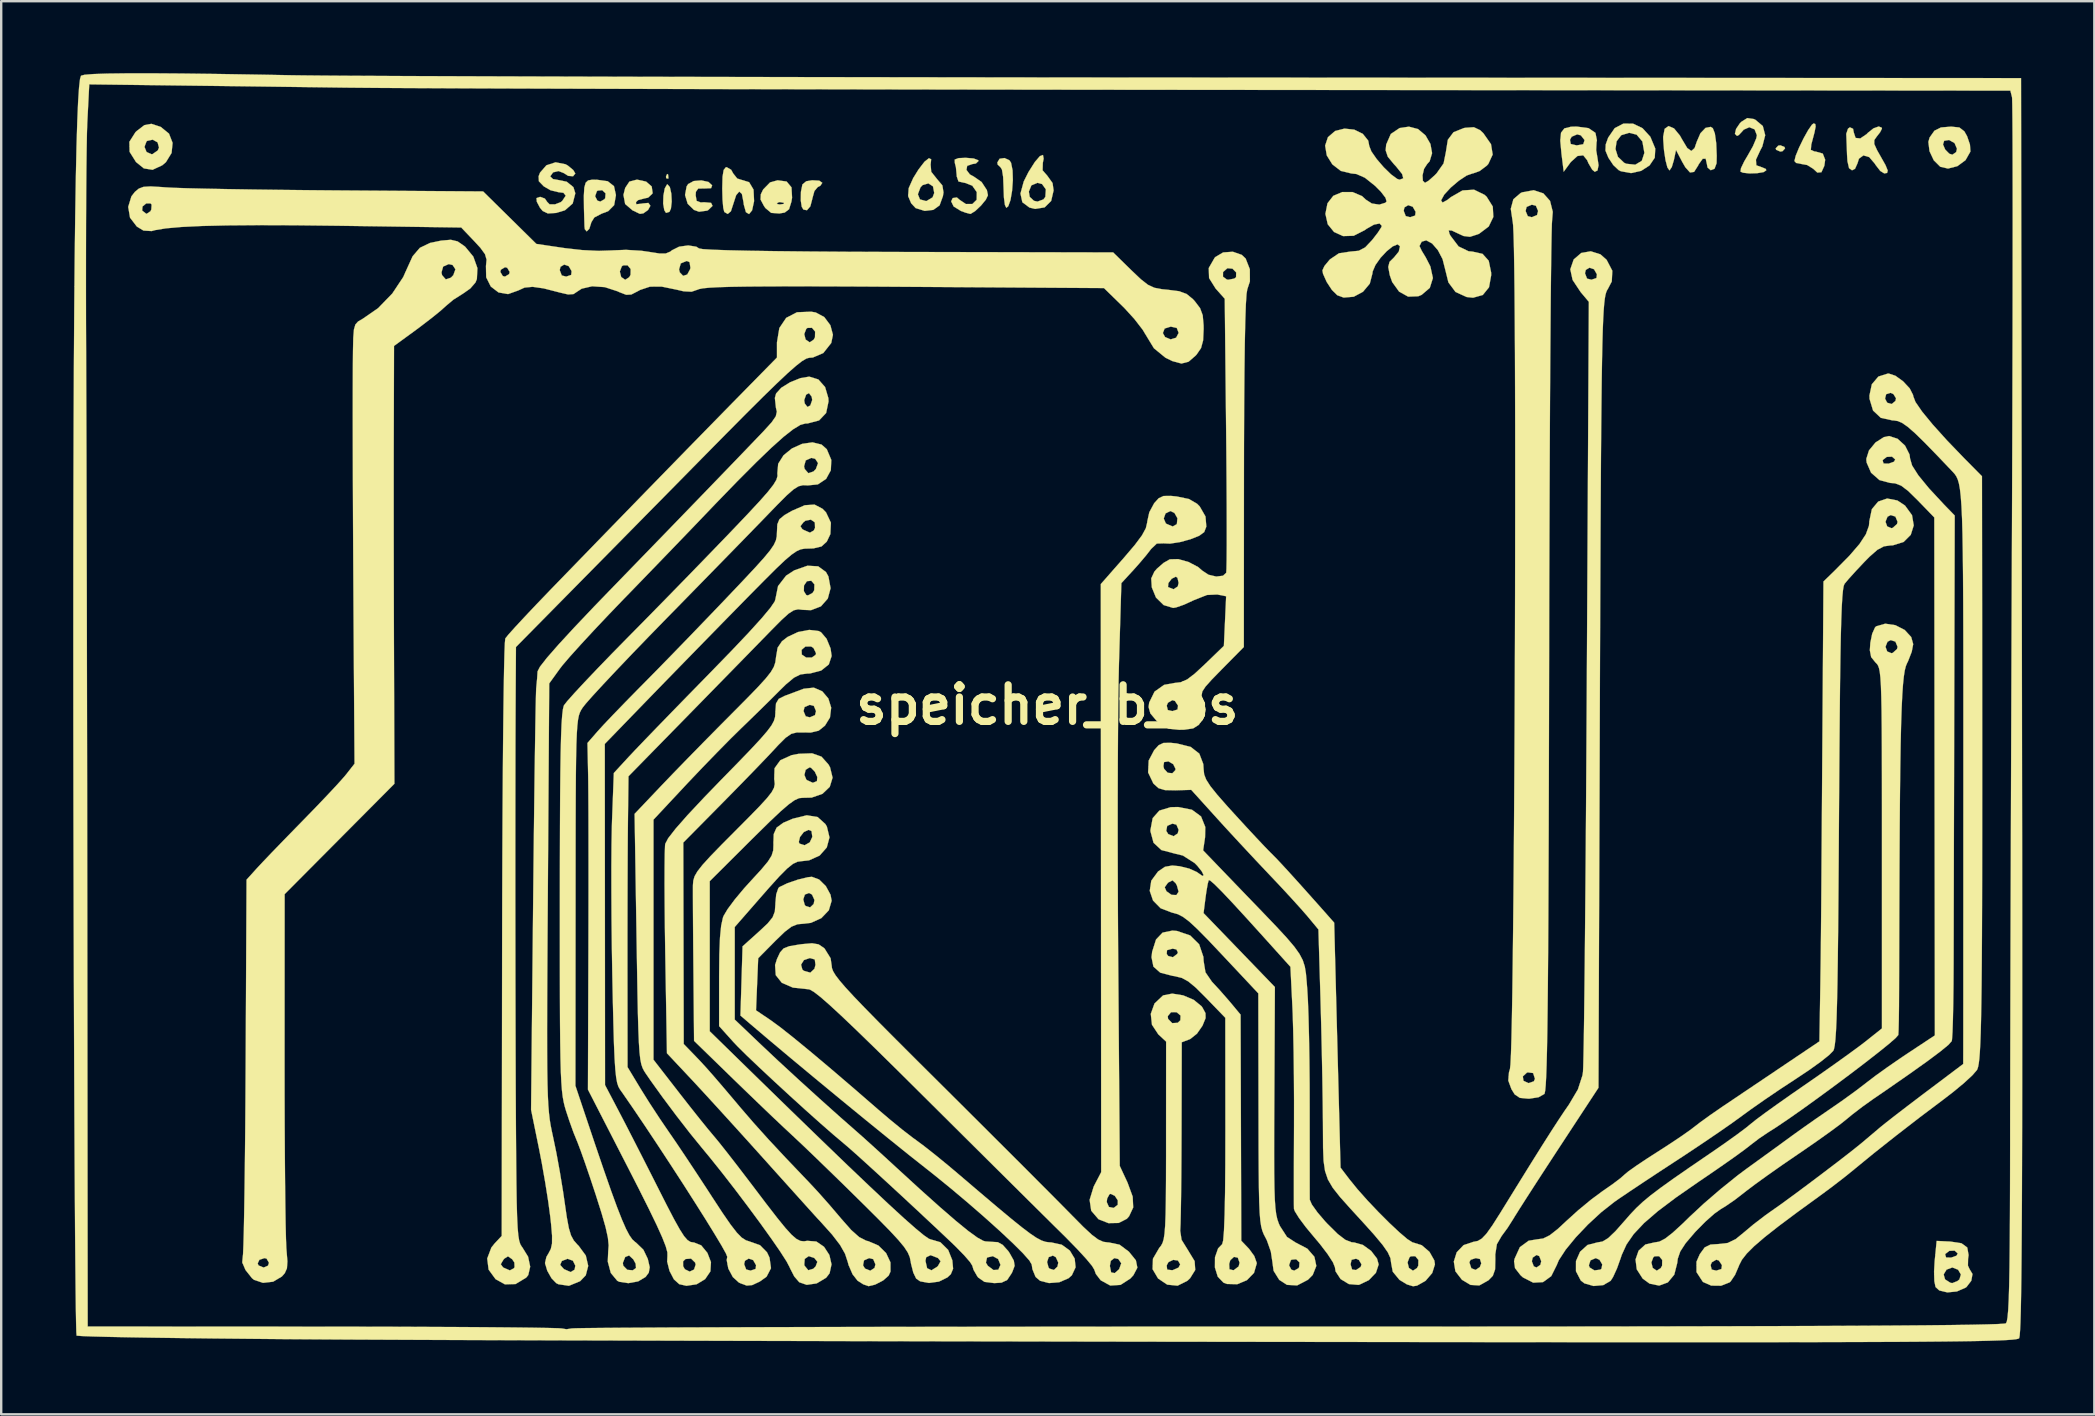
<source format=kicad_pcb>
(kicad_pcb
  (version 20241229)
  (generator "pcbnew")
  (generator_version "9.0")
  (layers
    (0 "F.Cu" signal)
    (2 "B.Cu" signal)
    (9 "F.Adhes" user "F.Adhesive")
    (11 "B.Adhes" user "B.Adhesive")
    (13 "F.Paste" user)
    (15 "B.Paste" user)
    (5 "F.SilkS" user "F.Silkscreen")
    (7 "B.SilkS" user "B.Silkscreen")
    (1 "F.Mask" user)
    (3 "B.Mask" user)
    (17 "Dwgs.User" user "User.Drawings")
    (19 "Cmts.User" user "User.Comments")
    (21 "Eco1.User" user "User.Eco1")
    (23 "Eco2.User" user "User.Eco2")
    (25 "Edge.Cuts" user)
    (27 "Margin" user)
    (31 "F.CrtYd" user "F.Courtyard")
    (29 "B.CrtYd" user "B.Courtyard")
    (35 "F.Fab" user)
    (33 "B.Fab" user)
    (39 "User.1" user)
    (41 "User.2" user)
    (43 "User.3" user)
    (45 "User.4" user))
  (footprint "speicher_b_bs"
    (layer "F.Cu")
    (at 40.593 26.321)
    (property "Reference" "speicher_b_bs" (at 0 0 0) (layer "F.SilkS") (effects (font (size 1.524 1.524) (thickness 0.3))))
    (attr through_hole)
    (fp_poly (pts (xy -15.804 -22.1) (xy -15.789 -21.946) (xy -15.804 -21.926) (xy -15.882 -21.944) (xy -15.891 -22.013) (xy -15.844 -22.121) (xy -15.804 -22.1)) (stroke (width 0.01) (type solid)) (fill yes) (layer "F.SilkS"))
    (fp_poly (pts (xy 30.718 -23.246) (xy 30.741 -23.186) (xy 30.635 -23.07) (xy 30.545 -23.055) (xy 30.372 -23.126) (xy 30.35 -23.186) (xy 30.455 -23.301) (xy 30.545 -23.316) (xy 30.718 -23.246)) (stroke (width 0.01) (type solid)) (fill yes) (layer "F.SilkS"))
    (fp_poly (pts (xy -15.73 -21.575) (xy -15.669 -21.303) (xy -15.652 -20.97) (xy -15.685 -20.677) (xy -15.748 -20.542) (xy -15.89 -20.499) (xy -15.961 -20.611) (xy -16.009 -20.886) (xy -15.998 -21.222) (xy -15.942 -21.52) (xy -15.851 -21.681) (xy -15.826 -21.688) (xy -15.73 -21.575)) (stroke (width 0.01) (type solid)) (fill yes) (layer "F.SilkS"))
    (fp_poly (pts (xy -9.503 -21.843) (xy -9.377 -21.753) (xy -9.459 -21.63) (xy -9.565 -21.579) (xy -9.706 -21.411) (xy -9.791 -21.103) (xy -9.793 -21.086) (xy -9.876 -20.772) (xy -10.017 -20.61) (xy -10.166 -20.639) (xy -10.234 -20.753) (xy -10.274 -21.013) (xy -10.268 -21.372) (xy -10.267 -21.382) (xy -10.206 -21.686) (xy -10.046 -21.818) (xy -9.802 -21.859) (xy -9.503 -21.843)) (stroke (width 0.01) (type solid)) (fill yes) (layer "F.SilkS"))
    (fp_poly (pts (xy -1.58 -22.691) (xy -1.512 -22.589) (xy -1.449 -22.275) (xy -1.437 -21.861) (xy -1.469 -21.422) (xy -1.535 -21.035) (xy -1.629 -20.775) (xy -1.71 -20.711) (xy -1.768 -20.83) (xy -1.809 -21.14) (xy -1.824 -21.557) (xy -1.842 -22) (xy -1.891 -22.303) (xy -1.954 -22.404) (xy -2.069 -22.51) (xy -2.084 -22.599) (xy -1.99 -22.756) (xy -1.784 -22.786) (xy -1.58 -22.691)) (stroke (width 0.01) (type solid)) (fill yes) (layer "F.SilkS"))
    (fp_poly (pts (xy -14.122 -21.79) (xy -13.967 -21.648) (xy -14.012 -21.529) (xy -14.276 -21.517) (xy -14.282 -21.518) (xy -14.549 -21.513) (xy -14.645 -21.378) (xy -14.654 -21.232) (xy -14.614 -20.999) (xy -14.442 -20.935) (xy -14.296 -20.944) (xy -14.012 -20.918) (xy -13.951 -20.792) (xy -14.131 -20.617) (xy -14.174 -20.594) (xy -14.514 -20.548) (xy -14.727 -20.625) (xy -14.987 -20.879) (xy -15.097 -21.244) (xy -15.031 -21.604) (xy -14.967 -21.702) (xy -14.738 -21.827) (xy -14.418 -21.854) (xy -14.122 -21.79)) (stroke (width 0.01) (type solid)) (fill yes) (layer "F.SilkS"))
    (fp_poly (pts (xy -10.863 -21.807) (xy -10.661 -21.564) (xy -10.637 -21.132) (xy -10.664 -20.967) (xy -10.762 -20.653) (xy -10.942 -20.514) (xy -11.166 -20.475) (xy -11.508 -20.5) (xy -11.748 -20.701) (xy -11.805 -20.783) (xy -11.853 -20.872) (xy -11.276 -20.872) (xy -11.148 -20.851) (xy -10.979 -20.875) (xy -10.977 -20.92) (xy -11.151 -20.951) (xy -11.226 -20.93) (xy -11.276 -20.872) (xy -11.853 -20.872) (xy -11.951 -21.056) (xy -11.939 -21.276) (xy -11.842 -21.475) (xy -11.554 -21.77) (xy -11.239 -21.858) (xy -10.863 -21.807)) (stroke (width 0.01) (type solid)) (fill yes) (layer "F.SilkS"))
    (fp_poly (pts (xy 32.001 -24.204) (xy 32.016 -24.098) (xy 31.969 -23.857) (xy 31.855 -23.426) (xy 31.834 -23.348) (xy 31.816 -23.125) (xy 31.972 -23.057) (xy 32.02 -23.055) (xy 32.313 -22.971) (xy 32.413 -22.715) (xy 32.378 -22.462) (xy 32.257 -22.194) (xy 32.085 -22.18) (xy 31.913 -22.339) (xy 31.66 -22.495) (xy 31.441 -22.534) (xy 31.204 -22.58) (xy 31.131 -22.661) (xy 31.186 -22.883) (xy 31.326 -23.222) (xy 31.51 -23.601) (xy 31.701 -23.943) (xy 31.86 -24.174) (xy 31.931 -24.228) (xy 32.001 -24.204)) (stroke (width 0.01) (type solid)) (fill yes) (layer "F.SilkS"))
    (fp_poly (pts (xy -16.718 -21.803) (xy -16.486 -21.601) (xy -16.448 -21.332) (xy -16.459 -21.299) (xy -16.636 -21.135) (xy -16.791 -21.102) (xy -17.049 -21.034) (xy -17.14 -20.952) (xy -17.133 -20.86) (xy -16.911 -20.884) (xy -16.888 -20.89) (xy -16.624 -20.916) (xy -16.543 -20.8) (xy -16.543 -20.792) (xy -16.638 -20.621) (xy -16.834 -20.48) (xy -16.977 -20.459) (xy -17.095 -20.515) (xy -17.289 -20.608) (xy -17.593 -20.87) (xy -17.664 -21.249) (xy -17.591 -21.54) (xy -17.416 -21.804) (xy -17.113 -21.883) (xy -17.083 -21.883) (xy -16.718 -21.803)) (stroke (width 0.01) (type solid)) (fill yes) (layer "F.SilkS"))
    (fp_poly (pts (xy -13.174 -22.296) (xy -13.091 -22.144) (xy -12.922 -21.932) (xy -12.766 -21.883) (xy -12.426 -21.779) (xy -12.243 -21.471) (xy -12.22 -20.989) (xy -12.303 -20.605) (xy -12.43 -20.45) (xy -12.56 -20.529) (xy -12.65 -20.848) (xy -12.66 -20.939) (xy -12.728 -21.289) (xy -12.839 -21.388) (xy -12.967 -21.238) (xy -13.071 -20.918) (xy -13.186 -20.566) (xy -13.318 -20.455) (xy -13.46 -20.537) (xy -13.504 -20.702) (xy -13.535 -21.053) (xy -13.547 -21.512) (xy -13.547 -21.514) (xy -13.534 -22.008) (xy -13.488 -22.288) (xy -13.401 -22.398) (xy -13.36 -22.404) (xy -13.174 -22.296)) (stroke (width 0.01) (type solid)) (fill yes) (layer "F.SilkS"))
    (fp_poly (pts (xy -36.964 -24.09) (xy -36.94 -24.079) (xy -36.601 -23.803) (xy -36.451 -23.418) (xy -36.493 -22.997) (xy -36.729 -22.613) (xy -36.882 -22.483) (xy -37.286 -22.296) (xy -37.649 -22.354) (xy -37.976 -22.619) (xy -38.243 -23.045) (xy -38.247 -23.251) (xy -37.623 -23.251) (xy -37.535 -23.037) (xy -37.331 -22.945) (xy -37.288 -22.95) (xy -37.07 -23.1) (xy -37.017 -23.22) (xy -37.077 -23.439) (xy -37.278 -23.551) (xy -37.506 -23.501) (xy -37.54 -23.472) (xy -37.623 -23.251) (xy -38.247 -23.251) (xy -38.252 -23.462) (xy -38 -23.86) (xy -37.951 -23.908) (xy -37.626 -24.157) (xy -37.336 -24.211) (xy -36.964 -24.09)) (stroke (width 0.01) (type solid)) (fill yes) (layer "F.SilkS"))
    (fp_poly (pts (xy 38.005 -24.059) (xy 38.213 -23.898) (xy 38.328 -23.693) (xy 38.446 -23.347) (xy 38.465 -23.062) (xy 38.462 -23.05) (xy 38.261 -22.696) (xy 37.922 -22.447) (xy 37.532 -22.347) (xy 37.209 -22.422) (xy 36.938 -22.691) (xy 36.76 -23.072) (xy 36.726 -23.352) (xy 37.323 -23.352) (xy 37.415 -23.139) (xy 37.586 -22.966) (xy 37.714 -22.925) (xy 37.871 -23.033) (xy 37.905 -23.172) (xy 37.803 -23.41) (xy 37.576 -23.537) (xy 37.371 -23.504) (xy 37.323 -23.352) (xy 36.726 -23.352) (xy 36.713 -23.457) (xy 36.764 -23.64) (xy 36.965 -23.924) (xy 37.238 -24.06) (xy 37.66 -24.095) (xy 38.005 -24.059)) (stroke (width 0.01) (type solid)) (fill yes) (layer "F.SilkS"))
    (fp_poly (pts (xy -0.154 -22.758) (xy -0.188 -22.584) (xy -0.197 -22.273) (xy -0.006 -22.055) (xy 0.218 -21.743) (xy 0.261 -21.436) (xy 0.159 -20.997) (xy -0.113 -20.729) (xy -0.509 -20.665) (xy -0.745 -20.722) (xy -1.041 -20.943) (xy -1.12 -21.304) (xy -1.098 -21.387) (xy -0.771 -21.387) (xy -0.734 -21.167) (xy -0.557 -21.003) (xy -0.409 -20.971) (xy -0.164 -21.061) (xy -0.083 -21.167) (xy -0.062 -21.482) (xy -0.221 -21.702) (xy -0.409 -21.753) (xy -0.664 -21.647) (xy -0.771 -21.387) (xy -1.098 -21.387) (xy -0.983 -21.809) (xy -0.785 -22.203) (xy -0.518 -22.624) (xy -0.31 -22.865) (xy -0.182 -22.914) (xy -0.154 -22.758)) (stroke (width 0.01) (type solid)) (fill yes) (layer "F.SilkS"))
    (fp_poly (pts (xy -4.841 -22.733) (xy -4.863 -22.511) (xy -4.838 -22.213) (xy -4.603 -21.917) (xy -4.373 -21.643) (xy -4.327 -21.354) (xy -4.351 -21.198) (xy -4.49 -20.813) (xy -4.75 -20.626) (xy -5.11 -20.583) (xy -5.488 -20.7) (xy -5.674 -20.9) (xy -5.801 -21.199) (xy -5.795 -21.278) (xy -5.395 -21.278) (xy -5.308 -21.062) (xy -5.057 -20.994) (xy -5.031 -20.997) (xy -4.781 -21.148) (xy -4.713 -21.33) (xy -4.765 -21.606) (xy -4.957 -21.729) (xy -5.195 -21.66) (xy -5.285 -21.566) (xy -5.395 -21.278) (xy -5.795 -21.278) (xy -5.777 -21.53) (xy -5.59 -21.95) (xy -5.37 -22.305) (xy -5.119 -22.632) (xy -4.933 -22.779) (xy -4.841 -22.733)) (stroke (width 0.01) (type solid)) (fill yes) (layer "F.SilkS"))
    (fp_poly (pts (xy -18.318 -21.819) (xy -18.058 -21.613) (xy -17.977 -21.245) (xy -17.977 -21.238) (xy -18.051 -20.822) (xy -18.299 -20.571) (xy -18.573 -20.468) (xy -18.877 -20.309) (xy -18.998 -20.115) (xy -19.086 -19.837) (xy -19.194 -19.728) (xy -19.273 -19.818) (xy -19.287 -19.936) (xy -19.309 -20.685) (xy -19.314 -21.194) (xy -18.845 -21.194) (xy -18.75 -21.012) (xy -18.627 -20.971) (xy -18.46 -21.066) (xy -18.424 -21.113) (xy -18.409 -21.312) (xy -18.547 -21.445) (xy -18.736 -21.429) (xy -18.772 -21.399) (xy -18.845 -21.194) (xy -19.314 -21.194) (xy -19.314 -21.212) (xy -19.294 -21.556) (xy -19.238 -21.757) (xy -19.137 -21.852) (xy -18.979 -21.881) (xy -18.783 -21.883) (xy -18.318 -21.819)) (stroke (width 0.01) (type solid)) (fill yes) (layer "F.SilkS"))
    (fp_poly (pts (xy 24.409 -24.217) (xy 24.8 -24.03) (xy 25.127 -23.673) (xy 25.333 -23.18) (xy 25.312 -22.799) (xy 25.094 -22.477) (xy 24.744 -22.251) (xy 24.325 -22.158) (xy 23.901 -22.235) (xy 23.804 -22.284) (xy 23.584 -22.492) (xy 23.379 -22.8) (xy 23.258 -23.093) (xy 23.261 -23.161) (xy 23.675 -23.161) (xy 23.777 -22.836) (xy 24.036 -22.588) (xy 24.127 -22.547) (xy 24.501 -22.508) (xy 24.772 -22.671) (xy 24.879 -22.998) (xy 24.879 -23.003) (xy 24.795 -23.477) (xy 24.555 -23.76) (xy 24.244 -23.837) (xy 23.915 -23.737) (xy 23.723 -23.486) (xy 23.675 -23.161) (xy 23.261 -23.161) (xy 23.268 -23.352) (xy 23.37 -23.635) (xy 23.643 -24.032) (xy 24.007 -24.222) (xy 24.409 -24.217)) (stroke (width 0.01) (type solid)) (fill yes) (layer "F.SilkS"))
    (fp_poly (pts (xy 29.431 -24.413) (xy 29.5 -24.383) (xy 29.814 -24.12) (xy 29.914 -23.736) (xy 29.793 -23.267) (xy 29.711 -23.112) (xy 29.528 -22.717) (xy 29.545 -22.483) (xy 29.762 -22.404) (xy 29.771 -22.404) (xy 29.94 -22.331) (xy 29.959 -22.274) (xy 29.847 -22.199) (xy 29.578 -22.154) (xy 29.257 -22.144) (xy 28.986 -22.174) (xy 28.884 -22.22) (xy 28.905 -22.363) (xy 29.041 -22.648) (xy 29.188 -22.897) (xy 29.403 -23.278) (xy 29.541 -23.604) (xy 29.568 -23.736) (xy 29.471 -23.981) (xy 29.252 -24.069) (xy 29.018 -23.967) (xy 28.981 -23.923) (xy 28.817 -23.746) (xy 28.74 -23.707) (xy 28.652 -23.794) (xy 28.7 -23.999) (xy 28.859 -24.235) (xy 28.917 -24.293) (xy 29.166 -24.451) (xy 29.431 -24.413)) (stroke (width 0.01) (type solid)) (fill yes) (layer "F.SilkS"))
    (fp_poly (pts (xy 22.555 -24.03) (xy 22.84 -23.835) (xy 22.902 -23.521) (xy 22.886 -23.441) (xy 22.87 -23.117) (xy 22.922 -22.807) (xy 22.97 -22.484) (xy 22.925 -22.267) (xy 22.812 -22.213) (xy 22.706 -22.3) (xy 22.546 -22.573) (xy 22.494 -22.697) (xy 22.33 -22.899) (xy 22.092 -22.871) (xy 21.816 -22.622) (xy 21.777 -22.57) (xy 21.518 -22.216) (xy 21.425 -22.959) (xy 21.375 -23.504) (xy 21.378 -23.544) (xy 21.778 -23.544) (xy 21.812 -23.371) (xy 22.043 -23.316) (xy 22.078 -23.316) (xy 22.331 -23.361) (xy 22.383 -23.52) (xy 22.379 -23.544) (xy 22.232 -23.731) (xy 22.078 -23.772) (xy 21.848 -23.673) (xy 21.778 -23.544) (xy 21.378 -23.544) (xy 21.406 -23.842) (xy 21.545 -24.021) (xy 21.82 -24.09) (xy 22.058 -24.097) (xy 22.555 -24.03)) (stroke (width 0.01) (type solid)) (fill yes) (layer "F.SilkS"))
    (fp_poly (pts (xy 34.772 -24.049) (xy 34.778 -24.01) (xy 34.7 -23.856) (xy 34.572 -23.694) (xy 34.461 -23.538) (xy 34.459 -23.37) (xy 34.577 -23.11) (xy 34.702 -22.891) (xy 34.927 -22.492) (xy 35.02 -22.265) (xy 34.994 -22.165) (xy 34.876 -22.144) (xy 34.708 -22.248) (xy 34.511 -22.502) (xy 34.486 -22.545) (xy 34.248 -22.824) (xy 34.006 -22.895) (xy 33.821 -22.759) (xy 33.76 -22.566) (xy 33.657 -22.337) (xy 33.532 -22.274) (xy 33.408 -22.363) (xy 33.341 -22.653) (xy 33.324 -22.925) (xy 33.309 -23.351) (xy 33.296 -23.692) (xy 33.291 -23.794) (xy 33.365 -24.01) (xy 33.443 -24.065) (xy 33.575 -24.005) (xy 33.606 -23.848) (xy 33.681 -23.624) (xy 33.875 -23.602) (xy 34.14 -23.782) (xy 34.192 -23.837) (xy 34.424 -24.022) (xy 34.645 -24.101) (xy 34.772 -24.049)) (stroke (width 0.01) (type solid)) (fill yes) (layer "F.SilkS"))
    (fp_poly (pts (xy -3.069 -22.767) (xy -2.882 -22.696) (xy -2.866 -22.665) (xy -2.975 -22.559) (xy -3.126 -22.534) (xy -3.34 -22.46) (xy -3.37 -22.289) (xy -3.226 -22.101) (xy -3.069 -22.016) (xy -2.739 -21.787) (xy -2.518 -21.448) (xy -2.475 -21.234) (xy -2.561 -21.052) (xy -2.765 -20.804) (xy -3.003 -20.579) (xy -3.192 -20.461) (xy -3.218 -20.459) (xy -3.411 -20.51) (xy -3.601 -20.58) (xy -3.904 -20.767) (xy -4.008 -20.98) (xy -3.943 -21.118) (xy -3.769 -21.143) (xy -3.652 -21.042) (xy -3.394 -20.869) (xy -3.124 -20.871) (xy -2.945 -21.046) (xy -2.941 -21.366) (xy -3.127 -21.633) (xy -3.435 -21.752) (xy -3.456 -21.753) (xy -3.703 -21.809) (xy -3.777 -22.026) (xy -3.777 -22.068) (xy -3.81 -22.405) (xy -3.857 -22.589) (xy -3.86 -22.722) (xy -3.7 -22.782) (xy -3.401 -22.795) (xy -3.069 -22.767)) (stroke (width 0.01) (type solid)) (fill yes) (layer "F.SilkS"))
    (fp_poly (pts (xy 26.113 -24.022) (xy 26.361 -23.722) (xy 26.442 -23.576) (xy 26.665 -23.204) (xy 26.836 -23.08) (xy 26.971 -23.201) (xy 27.063 -23.468) (xy 27.216 -23.821) (xy 27.428 -24.042) (xy 27.644 -24.084) (xy 27.731 -24.029) (xy 27.816 -23.811) (xy 27.873 -23.404) (xy 27.894 -22.878) (xy 27.887 -22.567) (xy 27.803 -22.34) (xy 27.644 -22.278) (xy 27.511 -22.39) (xy 27.484 -22.534) (xy 27.434 -22.759) (xy 27.309 -22.755) (xy 27.146 -22.529) (xy 27.117 -22.469) (xy 26.951 -22.208) (xy 26.782 -22.183) (xy 26.585 -22.402) (xy 26.453 -22.632) (xy 26.197 -23.121) (xy 26.108 -22.697) (xy 26.022 -22.41) (xy 25.93 -22.275) (xy 25.922 -22.274) (xy 25.839 -22.392) (xy 25.76 -22.695) (xy 25.697 -23.111) (xy 25.664 -23.563) (xy 25.662 -23.674) (xy 25.724 -24.003) (xy 25.887 -24.118) (xy 26.113 -24.022)) (stroke (width 0.01) (type solid)) (fill yes) (layer "F.SilkS"))
    (fp_poly (pts (xy -20.079 -22.527) (xy -19.981 -22.472) (xy -19.754 -22.284) (xy -19.669 -22.141) (xy -19.762 -22.026) (xy -19.968 -22.043) (xy -20.155 -22.161) (xy -20.368 -22.243) (xy -20.596 -22.188) (xy -20.71 -22.028) (xy -20.711 -22.017) (xy -20.601 -21.909) (xy -20.442 -21.883) (xy -20.026 -21.798) (xy -19.749 -21.573) (xy -19.669 -21.317) (xy -19.779 -20.89) (xy -20.102 -20.608) (xy -20.466 -20.498) (xy -20.813 -20.476) (xy -21.029 -20.579) (xy -21.144 -20.718) (xy -21.275 -20.967) (xy -21.287 -21.117) (xy -21.135 -21.168) (xy -20.937 -21.097) (xy -20.841 -20.957) (xy -20.741 -20.857) (xy -20.516 -20.855) (xy -20.28 -20.946) (xy -20.216 -20.997) (xy -20.069 -21.217) (xy -20.164 -21.337) (xy -20.371 -21.362) (xy -20.702 -21.443) (xy -20.985 -21.607) (xy -21.188 -21.817) (xy -21.199 -22.025) (xy -21.14 -22.177) (xy -20.874 -22.483) (xy -20.491 -22.608) (xy -20.079 -22.527)) (stroke (width 0.01) (type solid)) (fill yes) (layer "F.SilkS"))
    (fp_poly (pts (xy 37.633 22.366) (xy 38.092 22.436) (xy 38.334 22.614) (xy 38.389 22.928) (xy 38.368 23.083) (xy 38.362 23.367) (xy 38.43 23.514) (xy 38.552 23.718) (xy 38.502 23.999) (xy 38.302 24.259) (xy 38.266 24.285) (xy 37.902 24.445) (xy 37.504 24.484) (xy 37.168 24.403) (xy 37.012 24.26) (xy 36.962 24.017) (xy 36.954 23.734) (xy 37.35 23.734) (xy 37.409 23.941) (xy 37.413 23.944) (xy 37.627 24.081) (xy 37.709 24.097) (xy 37.92 24.014) (xy 38.006 23.944) (xy 38.069 23.739) (xy 37.952 23.539) (xy 37.715 23.446) (xy 37.709 23.446) (xy 37.471 23.535) (xy 37.35 23.734) (xy 36.954 23.734) (xy 36.951 23.609) (xy 36.975 23.186) (xy 37.003 22.904) (xy 37.413 22.904) (xy 37.453 23.029) (xy 37.662 23.034) (xy 37.885 22.955) (xy 37.937 22.86) (xy 37.804 22.743) (xy 37.586 22.753) (xy 37.423 22.879) (xy 37.413 22.904) (xy 37.003 22.904) (xy 37.058 22.339) (xy 37.633 22.366)) (stroke (width 0.01) (type solid)) (fill yes) (layer "F.SilkS"))
    (fp_poly (pts (xy 5.405 9.423) (xy 5.952 9.609) (xy 6.327 9.979) (xy 6.503 10.502) (xy 6.513 10.678) (xy 6.59 11.146) (xy 6.859 11.539) (xy 6.871 11.551) (xy 7.184 11.889) (xy 7.534 12.289) (xy 7.641 12.415) (xy 8.053 12.91) (xy 8.067 17.62) (xy 8.081 22.33) (xy 8.404 22.667) (xy 8.624 22.969) (xy 8.726 23.254) (xy 8.727 23.276) (xy 8.612 23.671) (xy 8.316 23.975) (xy 7.915 24.143) (xy 7.486 24.133) (xy 7.34 24.078) (xy 7.102 23.83) (xy 6.983 23.446) (xy 6.984 23.295) (xy 7.577 23.295) (xy 7.588 23.519) (xy 7.743 23.559) (xy 7.772 23.554) (xy 7.972 23.402) (xy 8.011 23.249) (xy 7.937 23.037) (xy 7.777 23.004) (xy 7.625 23.141) (xy 7.577 23.295) (xy 6.984 23.295) (xy 6.986 23.021) (xy 7.115 22.651) (xy 7.285 22.475) (xy 7.327 22.321) (xy 7.361 21.915) (xy 7.387 21.255) (xy 7.406 20.34) (xy 7.416 19.167) (xy 7.419 17.736) (xy 7.419 17.715) (xy 7.416 13.041) (xy 6.606 12.203) (xy 6.188 11.786) (xy 5.874 11.526) (xy 5.602 11.379) (xy 5.307 11.306) (xy 5.215 11.293) (xy 4.706 11.161) (xy 4.421 10.91) (xy 4.341 10.518) (xy 4.357 10.383) (xy 4.974 10.383) (xy 5.039 10.467) (xy 5.233 10.516) (xy 5.412 10.379) (xy 5.441 10.315) (xy 5.377 10.192) (xy 5.221 10.16) (xy 4.987 10.223) (xy 4.974 10.383) (xy 4.357 10.383) (xy 4.367 10.29) (xy 4.529 9.779) (xy 4.802 9.492) (xy 5.211 9.407) (xy 5.405 9.423)) (stroke (width 0.01) (type solid)) (fill yes) (layer "F.SilkS"))
    (fp_poly (pts (xy 5.66 12.106) (xy 6.101 12.293) (xy 6.426 12.56) (xy 6.458 12.604) (xy 6.59 12.846) (xy 6.594 13.056) (xy 6.469 13.363) (xy 6.464 13.373) (xy 6.236 13.702) (xy 5.959 13.923) (xy 5.927 13.937) (xy 5.601 14.061) (xy 5.592 17.809) (xy 5.588 18.789) (xy 5.582 19.698) (xy 5.573 20.499) (xy 5.562 21.156) (xy 5.551 21.632) (xy 5.539 21.89) (xy 5.536 21.91) (xy 5.594 22.293) (xy 5.873 22.744) (xy 5.873 22.745) (xy 6.138 23.18) (xy 6.163 23.549) (xy 5.949 23.893) (xy 5.836 24) (xy 5.428 24.204) (xy 4.996 24.161) (xy 4.615 23.905) (xy 4.385 23.516) (xy 4.391 23.359) (xy 4.973 23.359) (xy 4.994 23.534) (xy 5.194 23.559) (xy 5.231 23.554) (xy 5.466 23.45) (xy 5.536 23.316) (xy 5.444 23.156) (xy 5.245 23.128) (xy 5.049 23.221) (xy 4.973 23.359) (xy 4.391 23.359) (xy 4.401 23.081) (xy 4.662 22.632) (xy 4.667 22.626) (xy 4.742 22.532) (xy 4.802 22.419) (xy 4.849 22.261) (xy 4.884 22.03) (xy 4.91 21.699) (xy 4.928 21.24) (xy 4.939 20.626) (xy 4.945 19.829) (xy 4.948 18.822) (xy 4.948 17.795) (xy 4.95 14.033) (xy 4.624 13.731) (xy 4.36 13.331) (xy 4.321 12.973) (xy 5.018 12.973) (xy 5.031 13.086) (xy 5.204 13.263) (xy 5.433 13.25) (xy 5.543 13.145) (xy 5.551 12.948) (xy 5.391 12.81) (xy 5.156 12.808) (xy 5.018 12.973) (xy 4.321 12.973) (xy 4.311 12.876) (xy 4.465 12.446) (xy 4.813 12.117) (xy 4.838 12.104) (xy 5.204 12.033) (xy 5.66 12.106)) (stroke (width 0.01) (type solid)) (fill yes) (layer "F.SilkS"))
    (fp_poly (pts (xy 5.395 -8.682) (xy 5.899 -8.577) (xy 6.241 -8.379) (xy 6.35 -8.268) (xy 6.591 -7.849) (xy 6.625 -7.427) (xy 6.537 -7.198) (xy 6.332 -7.048) (xy 5.964 -6.9) (xy 5.526 -6.781) (xy 5.114 -6.718) (xy 4.848 -6.729) (xy 4.562 -6.721) (xy 4.326 -6.497) (xy 4.326 -6.497) (xy 4.115 -6.226) (xy 3.808 -5.864) (xy 3.598 -5.629) (xy 3.085 -5.071) (xy 2.985 -1.721) (xy 2.969 -0.992) (xy 2.955 -0.035) (xy 2.945 1.116) (xy 2.937 2.426) (xy 2.933 3.863) (xy 2.932 5.394) (xy 2.935 6.983) (xy 2.941 8.6) (xy 2.95 10.209) (xy 2.952 10.421) (xy 3.018 19.213) (xy 3.343 19.911) (xy 3.557 20.494) (xy 3.578 20.946) (xy 3.406 21.313) (xy 3.312 21.418) (xy 2.975 21.59) (xy 2.547 21.598) (xy 2.14 21.439) (xy 2.128 21.43) (xy 1.829 21.082) (xy 1.775 20.718) (xy 2.475 20.718) (xy 2.567 20.923) (xy 2.764 20.964) (xy 2.934 20.835) (xy 2.936 20.648) (xy 2.811 20.46) (xy 2.644 20.378) (xy 2.59 20.394) (xy 2.494 20.569) (xy 2.475 20.718) (xy 1.775 20.718) (xy 1.762 20.627) (xy 1.93 20.079) (xy 1.963 20.013) (xy 2.244 19.473) (xy 2.236 7.22) (xy 2.228 -5.033) (xy 3.193 -6.131) (xy 3.648 -6.666) (xy 3.943 -7.062) (xy 4.105 -7.361) (xy 4.162 -7.604) (xy 4.163 -7.635) (xy 4.191 -7.763) (xy 4.85 -7.763) (xy 4.938 -7.562) (xy 4.963 -7.544) (xy 5.224 -7.433) (xy 5.385 -7.523) (xy 5.398 -7.543) (xy 5.421 -7.776) (xy 5.296 -7.997) (xy 5.127 -8.076) (xy 4.926 -7.976) (xy 4.85 -7.763) (xy 4.191 -7.763) (xy 4.249 -8.025) (xy 4.449 -8.397) (xy 4.45 -8.4) (xy 4.642 -8.611) (xy 4.843 -8.703) (xy 5.149 -8.707) (xy 5.395 -8.682)) (stroke (width 0.01) (type solid)) (fill yes) (layer "F.SilkS"))
    (fp_poly (pts (xy -9.534 9.98) (xy -9.312 10.128) (xy -9.281 10.157) (xy -9.031 10.56) (xy -8.988 10.858) (xy -8.975 10.97) (xy -8.926 11.101) (xy -8.826 11.268) (xy -8.659 11.487) (xy -8.411 11.776) (xy -8.066 12.151) (xy -7.609 12.627) (xy -7.025 13.223) (xy -6.298 13.954) (xy -5.413 14.838) (xy -4.541 15.705) (xy -3.605 16.636) (xy -2.689 17.549) (xy -1.815 18.421) (xy -1.009 19.226) (xy -0.295 19.942) (xy 0.303 20.542) (xy 0.76 21.004) (xy 1.016 21.264) (xy 1.501 21.754) (xy 1.853 22.081) (xy 2.116 22.278) (xy 2.33 22.375) (xy 2.54 22.404) (xy 2.571 22.404) (xy 3.008 22.495) (xy 3.397 22.785) (xy 3.69 23.147) (xy 3.752 23.454) (xy 3.588 23.767) (xy 3.458 23.908) (xy 3.05 24.171) (xy 2.623 24.198) (xy 2.234 23.986) (xy 2.214 23.967) (xy 2.022 23.717) (xy 1.954 23.531) (xy 1.865 23.381) (xy 2.605 23.381) (xy 2.659 23.651) (xy 2.808 23.68) (xy 2.991 23.517) (xy 3.08 23.271) (xy 2.957 23.092) (xy 2.793 23.055) (xy 2.644 23.169) (xy 2.605 23.381) (xy 1.865 23.381) (xy 1.865 23.381) (xy 1.622 23.088) (xy 1.258 22.692) (xy 0.807 22.229) (xy 0.643 22.066) (xy 0.278 21.706) (xy -0.245 21.188) (xy -0.903 20.536) (xy -1.669 19.776) (xy -2.518 18.933) (xy -3.425 18.032) (xy -4.365 17.097) (xy -5.152 16.315) (xy -6.252 15.223) (xy -7.182 14.308) (xy -7.956 13.556) (xy -8.584 12.958) (xy -9.079 12.501) (xy -9.454 12.174) (xy -9.721 11.967) (xy -9.891 11.867) (xy -9.946 11.853) (xy -10.603 11.783) (xy -11.065 11.582) (xy -11.317 11.264) (xy -11.345 10.844) (xy -11.34 10.828) (xy -10.263 10.828) (xy -10.208 11.031) (xy -10.146 11.083) (xy -9.876 11.16) (xy -9.705 10.999) (xy -9.662 10.834) (xy -9.691 10.61) (xy -9.895 10.551) (xy -10.143 10.636) (xy -10.263 10.828) (xy -11.34 10.828) (xy -11.268 10.596) (xy -11.137 10.316) (xy -10.992 10.152) (xy -10.756 10.058) (xy -10.355 9.99) (xy -10.225 9.972) (xy -9.804 9.935) (xy -9.534 9.98)) (stroke (width 0.01) (type solid)) (fill yes) (layer "F.SilkS"))
    (fp_poly (pts (xy 20.67 -21.313) (xy 20.948 -21) (xy 21.062 -20.544) (xy 21.036 -20.223) (xy 21.024 -20.036) (xy 21.013 -19.604) (xy 21.001 -18.942) (xy 20.99 -18.066) (xy 20.978 -16.991) (xy 20.968 -15.732) (xy 20.957 -14.306) (xy 20.947 -12.728) (xy 20.938 -11.012) (xy 20.93 -9.175) (xy 20.923 -7.232) (xy 20.916 -5.197) (xy 20.911 -3.088) (xy 20.909 -1.858) (xy 20.904 0.76) (xy 20.898 3.128) (xy 20.892 5.257) (xy 20.884 7.159) (xy 20.877 8.845) (xy 20.868 10.324) (xy 20.858 11.609) (xy 20.846 12.71) (xy 20.834 13.639) (xy 20.82 14.405) (xy 20.804 15.021) (xy 20.787 15.496) (xy 20.768 15.843) (xy 20.747 16.071) (xy 20.723 16.193) (xy 20.713 16.215) (xy 20.468 16.352) (xy 20.084 16.412) (xy 20.047 16.412) (xy 19.69 16.378) (xy 19.475 16.234) (xy 19.339 16.014) (xy 19.208 15.658) (xy 19.222 15.484) (xy 19.814 15.484) (xy 19.842 15.667) (xy 20.045 15.761) (xy 20.059 15.761) (xy 20.271 15.689) (xy 20.32 15.587) (xy 20.242 15.344) (xy 20.021 15.315) (xy 19.982 15.328) (xy 19.814 15.484) (xy 19.222 15.484) (xy 19.237 15.311) (xy 19.278 15.174) (xy 19.299 14.982) (xy 19.32 14.547) (xy 19.34 13.89) (xy 19.359 13.028) (xy 19.377 11.981) (xy 19.393 10.767) (xy 19.409 9.405) (xy 19.424 7.915) (xy 19.438 6.313) (xy 19.45 4.621) (xy 19.461 2.855) (xy 19.471 1.035) (xy 19.479 -0.82) (xy 19.486 -2.692) (xy 19.491 -4.561) (xy 19.494 -6.409) (xy 19.496 -8.218) (xy 19.496 -9.968) (xy 19.495 -11.641) (xy 19.491 -13.218) (xy 19.486 -14.679) (xy 19.478 -16.008) (xy 19.469 -17.184) (xy 19.457 -18.189) (xy 19.444 -19.004) (xy 19.427 -19.61) (xy 19.409 -19.989) (xy 19.395 -20.11) (xy 19.325 -20.581) (xy 19.929 -20.581) (xy 20.021 -20.363) (xy 20.19 -20.32) (xy 20.407 -20.412) (xy 20.45 -20.581) (xy 20.358 -20.798) (xy 20.19 -20.841) (xy 19.972 -20.749) (xy 19.929 -20.581) (xy 19.325 -20.581) (xy 19.312 -20.671) (xy 19.42 -21.069) (xy 19.724 -21.329) (xy 19.788 -21.357) (xy 20.269 -21.445) (xy 20.67 -21.313)) (stroke (width 0.01) (type solid)) (fill yes) (layer "F.SilkS"))
    (fp_poly (pts (xy -9.512 7.277) (xy -9.229 7.555) (xy -9.034 7.914) (xy -8.988 8.165) (xy -9.106 8.562) (xy -9.417 8.888) (xy -9.852 9.085) (xy -10.126 9.118) (xy -10.41 9.143) (xy -10.661 9.243) (xy -10.945 9.46) (xy -11.332 9.834) (xy -11.337 9.839) (xy -12.049 10.56) (xy -12.094 11.645) (xy -12.139 12.73) (xy -11.521 13.147) (xy -11.13 13.433) (xy -10.564 13.881) (xy -9.84 14.476) (xy -8.975 15.204) (xy -7.986 16.051) (xy -7.034 16.877) (xy -6.536 17.3) (xy -6.035 17.709) (xy -5.611 18.036) (xy -5.471 18.137) (xy -5.127 18.393) (xy -4.655 18.765) (xy -4.126 19.198) (xy -3.732 19.53) (xy -2.824 20.304) (xy -2.091 20.925) (xy -1.509 21.41) (xy -1.056 21.775) (xy -0.709 22.037) (xy -0.445 22.214) (xy -0.24 22.322) (xy -0.073 22.377) (xy 0.08 22.398) (xy 0.158 22.4) (xy 0.602 22.497) (xy 0.938 22.742) (xy 1.14 23.076) (xy 1.177 23.438) (xy 1.021 23.772) (xy 0.883 23.895) (xy 0.497 24.061) (xy 0.07 24.095) (xy -0.301 24.001) (xy -0.49 23.839) (xy -0.622 23.518) (xy -0.651 23.322) (xy -0.711 23.218) (xy -0.011 23.218) (xy 0.051 23.446) (xy 0.09 23.492) (xy 0.274 23.549) (xy 0.422 23.409) (xy 0.456 23.242) (xy 0.354 23.016) (xy 0.228 22.95) (xy 0.057 23.015) (xy -0.011 23.218) (xy -0.711 23.218) (xy -0.748 23.155) (xy -1.019 22.85) (xy -1.437 22.434) (xy -1.973 21.931) (xy -2.598 21.369) (xy -3.284 20.772) (xy -4.003 20.166) (xy -4.726 19.578) (xy -5.058 19.316) (xy -5.765 18.757) (xy -6.625 18.065) (xy -7.593 17.279) (xy -8.623 16.435) (xy -9.671 15.57) (xy -10.691 14.722) (xy -11.638 13.927) (xy -12.4 13.28) (xy -12.788 12.948) (xy -12.7 10.063) (xy -12.016 9.448) (xy -11.652 9.107) (xy -11.447 8.853) (xy -11.355 8.612) (xy -11.332 8.306) (xy -11.332 8.267) (xy -11.317 8.108) (xy -10.171 8.108) (xy -10.109 8.336) (xy -10.07 8.383) (xy -9.886 8.439) (xy -9.738 8.299) (xy -9.704 8.132) (xy -9.806 7.906) (xy -9.932 7.84) (xy -10.103 7.906) (xy -10.171 8.108) (xy -11.317 8.108) (xy -11.298 7.896) (xy -11.21 7.641) (xy -11.169 7.596) (xy -10.833 7.434) (xy -10.391 7.282) (xy -9.977 7.183) (xy -9.811 7.166) (xy -9.512 7.277)) (stroke (width 0.01) (type solid)) (fill yes) (layer "F.SilkS"))
    (fp_poly (pts (xy 23.047 -18.773) (xy 23.306 -18.544) (xy 23.543 -18.09) (xy 23.521 -17.643) (xy 23.358 -17.331) (xy 23.321 -17.27) (xy 23.288 -17.191) (xy 23.257 -17.08) (xy 23.23 -16.925) (xy 23.205 -16.714) (xy 23.183 -16.435) (xy 23.163 -16.074) (xy 23.145 -15.62) (xy 23.129 -15.061) (xy 23.115 -14.383) (xy 23.102 -13.575) (xy 23.091 -12.623) (xy 23.08 -11.516) (xy 23.07 -10.242) (xy 23.061 -8.787) (xy 23.052 -7.14) (xy 23.044 -5.288) (xy 23.035 -3.218) (xy 23.026 -0.918) (xy 23.017 1.623) (xy 23.013 2.931) (xy 22.966 15.956) (xy 21.3 18.496) (xy 20.813 19.241) (xy 20.364 19.932) (xy 19.976 20.534) (xy 19.672 21.01) (xy 19.475 21.324) (xy 19.423 21.411) (xy 19.18 21.794) (xy 18.929 22.136) (xy 18.733 22.475) (xy 18.666 22.901) (xy 18.668 23.108) (xy 18.658 23.526) (xy 18.566 23.789) (xy 18.384 23.979) (xy 18.001 24.194) (xy 17.634 24.172) (xy 17.277 23.958) (xy 17.004 23.605) (xy 16.943 23.229) (xy 17.585 23.229) (xy 17.667 23.477) (xy 17.846 23.547) (xy 18.022 23.429) (xy 18.083 23.273) (xy 18.027 23.093) (xy 17.855 23.055) (xy 17.638 23.126) (xy 17.585 23.229) (xy 16.943 23.229) (xy 16.938 23.199) (xy 17.059 22.812) (xy 17.345 22.514) (xy 17.741 22.38) (xy 17.933 22.341) (xy 18.107 22.239) (xy 18.298 22.037) (xy 18.542 21.695) (xy 18.873 21.174) (xy 18.958 21.036) (xy 19.625 19.957) (xy 20.174 19.072) (xy 20.624 18.354) (xy 20.991 17.777) (xy 21.293 17.311) (xy 21.547 16.929) (xy 21.733 16.661) (xy 22.109 16.026) (xy 22.299 15.439) (xy 22.321 15.293) (xy 22.331 15.083) (xy 22.342 14.628) (xy 22.355 13.947) (xy 22.368 13.056) (xy 22.381 11.971) (xy 22.395 10.709) (xy 22.408 9.287) (xy 22.422 7.722) (xy 22.436 6.03) (xy 22.449 4.228) (xy 22.461 2.334) (xy 22.473 0.363) (xy 22.481 -1.07) (xy 22.565 -16.794) (xy 22.224 -17.199) (xy 21.888 -17.705) (xy 21.828 -17.985) (xy 22.404 -17.985) (xy 22.49 -17.762) (xy 22.674 -17.715) (xy 22.882 -17.785) (xy 22.901 -17.941) (xy 22.78 -18.152) (xy 22.592 -18.216) (xy 22.438 -18.124) (xy 22.404 -17.985) (xy 21.828 -17.985) (xy 21.792 -18.148) (xy 21.932 -18.555) (xy 21.937 -18.562) (xy 22.248 -18.83) (xy 22.645 -18.9) (xy 23.047 -18.773)) (stroke (width 0.01) (type solid)) (fill yes) (layer "F.SilkS"))
    (fp_poly (pts (xy 5.395 1.609) (xy 5.971 1.752) (xy 6.333 2.033) (xy 6.498 2.466) (xy 6.513 2.693) (xy 6.535 2.898) (xy 6.619 3.115) (xy 6.791 3.385) (xy 7.079 3.744) (xy 7.508 4.232) (xy 7.783 4.535) (xy 8.261 5.056) (xy 8.698 5.527) (xy 9.054 5.904) (xy 9.288 6.146) (xy 9.331 6.187) (xy 9.585 6.445) (xy 9.998 6.89) (xy 10.56 7.511) (xy 11.262 8.297) (xy 11.545 8.616) (xy 11.953 9.077) (xy 12.218 19.284) (xy 12.587 19.769) (xy 12.925 20.185) (xy 13.342 20.654) (xy 13.798 21.135) (xy 14.253 21.59) (xy 14.667 21.978) (xy 14.999 22.261) (xy 15.21 22.397) (xy 15.24 22.404) (xy 15.601 22.517) (xy 15.925 22.795) (xy 16.126 23.15) (xy 16.152 23.316) (xy 16.039 23.676) (xy 15.761 24.001) (xy 15.406 24.202) (xy 15.24 24.228) (xy 14.985 24.151) (xy 14.68 23.965) (xy 14.671 23.958) (xy 14.393 23.62) (xy 14.328 23.27) (xy 14.323 23.235) (xy 15.01 23.235) (xy 15.067 23.463) (xy 15.23 23.576) (xy 15.24 23.576) (xy 15.401 23.472) (xy 15.457 23.372) (xy 15.462 23.131) (xy 15.333 22.975) (xy 15.146 22.979) (xy 15.092 23.021) (xy 15.01 23.235) (xy 14.323 23.235) (xy 14.298 23.057) (xy 14.188 22.815) (xy 13.971 22.504) (xy 13.62 22.083) (xy 13.203 21.619) (xy 12.628 20.991) (xy 12.199 20.511) (xy 11.894 20.125) (xy 11.692 19.78) (xy 11.572 19.425) (xy 11.511 19.006) (xy 11.49 18.47) (xy 11.486 17.765) (xy 11.484 17.389) (xy 11.475 16.543) (xy 11.459 15.523) (xy 11.437 14.413) (xy 11.411 13.301) (xy 11.383 12.272) (xy 11.383 12.268) (xy 11.297 9.361) (xy 10.845 8.816) (xy 10.572 8.503) (xy 10.174 8.063) (xy 9.706 7.557) (xy 9.266 7.092) (xy 8.688 6.48) (xy 8.037 5.782) (xy 7.41 5.103) (xy 7.069 4.728) (xy 5.997 3.543) (xy 5.332 3.562) (xy 4.902 3.553) (xy 4.634 3.473) (xy 4.432 3.292) (xy 4.417 3.275) (xy 4.199 2.818) (xy 4.212 2.558) (xy 4.837 2.558) (xy 4.864 2.665) (xy 5.016 2.831) (xy 5.211 2.85) (xy 5.334 2.721) (xy 5.341 2.666) (xy 5.247 2.474) (xy 5.048 2.356) (xy 4.866 2.385) (xy 4.863 2.388) (xy 4.837 2.558) (xy 4.212 2.558) (xy 4.223 2.323) (xy 4.45 1.891) (xy 4.642 1.68) (xy 4.842 1.587) (xy 5.148 1.584) (xy 5.395 1.609)) (stroke (width 0.01) (type solid)) (fill yes) (layer "F.SilkS"))
    (fp_poly (pts (xy -9.411 2.159) (xy -9.122 2.482) (xy -9.054 2.603) (xy -8.949 3.035) (xy -9.066 3.417) (xy -9.37 3.708) (xy -9.821 3.865) (xy -10.191 3.874) (xy -10.343 3.888) (xy -10.529 3.971) (xy -10.775 4.146) (xy -11.111 4.435) (xy -11.564 4.863) (xy -12.162 5.451) (xy -12.308 5.595) (xy -14.068 7.348) (xy -14.068 13.602) (xy -12.13 15.496) (xy -10.684 16.905) (xy -9.415 18.135) (xy -8.317 19.193) (xy -7.382 20.083) (xy -6.605 20.813) (xy -5.978 21.389) (xy -5.495 21.815) (xy -5.15 22.1) (xy -4.936 22.248) (xy -4.865 22.274) (xy -4.456 22.394) (xy -4.132 22.714) (xy -3.959 23.147) (xy -3.927 23.498) (xy -4.021 23.725) (xy -4.164 23.86) (xy -4.517 24.034) (xy -4.931 24.09) (xy -5.298 24.024) (xy -5.467 23.907) (xy -5.586 23.658) (xy -5.681 23.286) (xy -5.694 23.201) (xy -5.701 23.164) (xy -5.08 23.164) (xy -5.01 23.475) (xy -4.831 23.564) (xy -4.589 23.414) (xy -4.551 23.371) (xy -4.448 23.186) (xy -4.554 23.056) (xy -4.567 23.047) (xy -4.865 22.933) (xy -5.046 23.016) (xy -5.08 23.164) (xy -5.701 23.164) (xy -5.733 23.013) (xy -5.816 22.82) (xy -5.966 22.591) (xy -6.207 22.3) (xy -6.562 21.917) (xy -7.055 21.415) (xy -7.71 20.764) (xy -7.799 20.677) (xy -8.451 20.035) (xy -9.094 19.409) (xy -9.685 18.837) (xy -10.183 18.359) (xy -10.547 18.017) (xy -10.604 17.964) (xy -10.961 17.631) (xy -11.454 17.165) (xy -12.031 16.613) (xy -12.644 16.022) (xy -13.048 15.631) (xy -14.721 14.003) (xy -14.748 11.007) (xy -14.756 10.118) (xy -14.762 9.289) (xy -14.767 8.565) (xy -14.769 7.99) (xy -14.769 7.61) (xy -14.768 7.512) (xy -14.753 7.325) (xy -14.699 7.143) (xy -14.579 6.936) (xy -14.37 6.67) (xy -14.047 6.315) (xy -13.585 5.838) (xy -13.029 5.279) (xy -12.425 4.671) (xy -11.982 4.216) (xy -11.678 3.883) (xy -11.488 3.64) (xy -11.39 3.457) (xy -11.359 3.303) (xy -11.373 3.146) (xy -11.381 3.1) (xy -11.376 2.922) (xy -10.124 2.922) (xy -10.042 3.118) (xy -10.016 3.137) (xy -9.772 3.248) (xy -9.609 3.183) (xy -9.6 3.174) (xy -9.586 3.008) (xy -9.691 2.783) (xy -9.846 2.623) (xy -9.908 2.605) (xy -10.071 2.707) (xy -10.124 2.922) (xy -11.376 2.922) (xy -11.367 2.642) (xy -11.126 2.308) (xy -10.657 2.097) (xy -10.358 2.04) (xy -9.803 2.02) (xy -9.411 2.159)) (stroke (width 0.01) (type solid)) (fill yes) (layer "F.SilkS"))
    (fp_poly (pts (xy -9.65 -16.35) (xy -9.295 -16.159) (xy -9.041 -15.819) (xy -8.934 -15.42) (xy -9.004 -15.079) (xy -9.336 -14.659) (xy -9.769 -14.474) (xy -9.921 -14.463) (xy -10.043 -14.429) (xy -10.223 -14.322) (xy -10.475 -14.125) (xy -10.818 -13.823) (xy -11.266 -13.401) (xy -11.838 -12.844) (xy -12.549 -12.137) (xy -13.415 -11.264) (xy -13.894 -10.779) (xy -14.814 -9.845) (xy -15.782 -8.862) (xy -16.759 -7.871) (xy -17.704 -6.911) (xy -18.578 -6.025) (xy -19.34 -5.252) (xy -19.831 -4.754) (xy -22.143 -2.41) (xy -22.154 -0.651) (xy -22.159 0.364) (xy -22.164 1.6) (xy -22.166 3.017) (xy -22.168 4.575) (xy -22.169 6.234) (xy -22.169 7.955) (xy -22.167 9.698) (xy -22.165 11.424) (xy -22.161 13.091) (xy -22.157 14.661) (xy -22.152 16.094) (xy -22.145 17.351) (xy -22.143 17.715) (xy -22.134 18.944) (xy -22.124 19.938) (xy -22.112 20.726) (xy -22.095 21.332) (xy -22.073 21.783) (xy -22.045 22.106) (xy -22.008 22.328) (xy -21.962 22.475) (xy -21.904 22.573) (xy -21.882 22.599) (xy -21.637 22.996) (xy -21.55 23.412) (xy -21.63 23.761) (xy -21.715 23.867) (xy -22.16 24.136) (xy -22.602 24.149) (xy -22.992 23.933) (xy -23.283 23.534) (xy -23.311 23.31) (xy -22.776 23.31) (xy -22.683 23.437) (xy -22.656 23.454) (xy -22.398 23.567) (xy -22.235 23.482) (xy -22.201 23.434) (xy -22.209 23.238) (xy -22.302 23.101) (xy -22.475 22.981) (xy -22.626 23.076) (xy -22.667 23.124) (xy -22.776 23.31) (xy -23.311 23.31) (xy -23.341 23.073) (xy -23.167 22.613) (xy -23.034 22.447) (xy -22.736 22.129) (xy -22.719 9.784) (xy -22.715 7.943) (xy -22.709 6.191) (xy -22.701 4.545) (xy -22.691 3.023) (xy -22.68 1.641) (xy -22.667 0.415) (xy -22.653 -0.636) (xy -22.638 -1.497) (xy -22.622 -2.149) (xy -22.605 -2.577) (xy -22.587 -2.763) (xy -22.585 -2.768) (xy -22.462 -2.922) (xy -22.186 -3.23) (xy -21.787 -3.66) (xy -21.296 -4.18) (xy -20.741 -4.758) (xy -20.661 -4.841) (xy -18.6 -6.966) (xy -16.716 -8.904) (xy -15.007 -10.657) (xy -13.47 -12.228) (xy -13.16 -12.544) (xy -11.267 -14.472) (xy -11.267 -15.103) (xy -11.209 -15.451) (xy -10.13 -15.451) (xy -10.072 -15.223) (xy -9.91 -15.11) (xy -9.899 -15.11) (xy -9.739 -15.214) (xy -9.683 -15.314) (xy -9.677 -15.555) (xy -9.807 -15.711) (xy -9.993 -15.707) (xy -10.047 -15.666) (xy -10.13 -15.451) (xy -11.209 -15.451) (xy -11.167 -15.702) (xy -10.882 -16.126) (xy -10.433 -16.359) (xy -9.842 -16.383) (xy -9.65 -16.35)) (stroke (width 0.01) (type solid)) (fill yes) (layer "F.SilkS"))
    (fp_poly (pts (xy -9.573 4.675) (xy -9.249 4.967) (xy -9.186 5.075) (xy -9.078 5.524) (xy -9.191 5.944) (xy -9.488 6.28) (xy -9.93 6.48) (xy -10.228 6.513) (xy -10.411 6.537) (xy -10.603 6.628) (xy -10.84 6.818) (xy -11.156 7.135) (xy -11.586 7.61) (xy -11.827 7.885) (xy -13.026 9.258) (xy -13.026 13.115) (xy -11.946 14.145) (xy -11.216 14.832) (xy -10.366 15.616) (xy -9.477 16.423) (xy -8.629 17.182) (xy -8.014 17.722) (xy -7.71 17.99) (xy -7.275 18.382) (xy -6.77 18.842) (xy -6.296 19.278) (xy -5.3 20.19) (xy -4.477 20.927) (xy -3.815 21.5) (xy -3.3 21.92) (xy -2.922 22.195) (xy -2.669 22.335) (xy -2.577 22.359) (xy -2.237 22.381) (xy -2.062 22.391) (xy -1.86 22.503) (xy -1.626 22.764) (xy -1.567 22.854) (xy -1.396 23.16) (xy -1.363 23.377) (xy -1.457 23.627) (xy -1.495 23.7) (xy -1.674 23.967) (xy -1.909 24.078) (xy -2.21 24.097) (xy -2.621 24.045) (xy -2.881 23.864) (xy -2.923 23.808) (xy -3.076 23.541) (xy -3.126 23.373) (xy -3.203 23.245) (xy -2.559 23.245) (xy -2.479 23.376) (xy -2.244 23.552) (xy -2.043 23.539) (xy -1.954 23.342) (xy -1.954 23.33) (xy -2.051 23.094) (xy -2.269 22.974) (xy -2.496 23.027) (xy -2.517 23.046) (xy -2.559 23.245) (xy -3.203 23.245) (xy -3.215 23.225) (xy -3.454 22.949) (xy -3.801 22.593) (xy -4.007 22.393) (xy -4.682 21.756) (xy -5.392 21.092) (xy -6.102 20.432) (xy -6.781 19.806) (xy -7.394 19.245) (xy -7.908 18.779) (xy -8.291 18.44) (xy -8.467 18.29) (xy -8.903 17.922) (xy -9.454 17.44) (xy -10.08 16.881) (xy -10.74 16.281) (xy -11.394 15.679) (xy -12.001 15.112) (xy -12.52 14.617) (xy -12.91 14.231) (xy -13.08 14.052) (xy -13.677 13.388) (xy -13.677 11.314) (xy -13.668 10.394) (xy -13.641 9.701) (xy -13.592 9.204) (xy -13.519 8.87) (xy -13.491 8.796) (xy -13.324 8.514) (xy -13.023 8.109) (xy -12.634 7.644) (xy -12.348 7.328) (xy -11.92 6.862) (xy -11.644 6.531) (xy -11.489 6.282) (xy -11.422 6.064) (xy -11.413 5.826) (xy -11.415 5.789) (xy -11.413 5.716) (xy -10.357 5.716) (xy -10.325 5.784) (xy -10.113 5.85) (xy -9.901 5.731) (xy -9.793 5.502) (xy -9.827 5.26) (xy -9.951 5.21) (xy -10.149 5.302) (xy -10.307 5.507) (xy -10.357 5.716) (xy -11.413 5.716) (xy -11.402 5.387) (xy -11.282 5.117) (xy -11.003 4.914) (xy -10.611 4.746) (xy -10.024 4.602) (xy -9.573 4.675)) (stroke (width 0.01) (type solid)) (fill yes) (layer "F.SilkS"))
    (fp_poly (pts (xy 8.102 -18.751) (xy 8.264 -18.598) (xy 8.438 -18.153) (xy 8.441 -17.645) (xy 8.333 -17.317) (xy 8.301 -17.124) (xy 8.272 -16.676) (xy 8.248 -15.978) (xy 8.228 -15.037) (xy 8.213 -13.857) (xy 8.202 -12.445) (xy 8.195 -10.805) (xy 8.193 -9.739) (xy 8.188 -2.41) (xy 7.265 -1.475) (xy 6.849 -1.048) (xy 6.589 -0.758) (xy 6.458 -0.556) (xy 6.429 -0.394) (xy 6.474 -0.225) (xy 6.504 -0.152) (xy 6.599 0.192) (xy 6.535 0.481) (xy 6.504 0.542) (xy 6.313 0.832) (xy 6.077 0.982) (xy 5.706 1.036) (xy 5.493 1.04) (xy 5.056 0.996) (xy 4.724 0.82) (xy 4.545 0.657) (xy 4.293 0.357) (xy 4.219 0.095) (xy 4.227 0.033) (xy 4.975 0.033) (xy 5.02 0.217) (xy 5.21 0.261) (xy 5.424 0.195) (xy 5.446 0.033) (xy 5.318 -0.161) (xy 5.21 -0.195) (xy 5.026 -0.087) (xy 4.975 0.033) (xy 4.227 0.033) (xy 4.243 -0.092) (xy 4.467 -0.55) (xy 4.866 -0.833) (xy 5.303 -0.912) (xy 5.566 -0.943) (xy 5.826 -1.059) (xy 6.14 -1.298) (xy 6.557 -1.685) (xy 7.357 -2.458) (xy 7.404 -3.491) (xy 7.451 -4.524) (xy 7.079 -4.598) (xy 6.65 -4.578) (xy 6.096 -4.358) (xy 6.092 -4.356) (xy 5.697 -4.174) (xy 5.366 -4.059) (xy 5.242 -4.038) (xy 4.847 -4.157) (xy 4.527 -4.471) (xy 4.353 -4.896) (xy 4.352 -4.916) (xy 5.029 -4.916) (xy 5.038 -4.905) (xy 5.258 -4.817) (xy 5.434 -4.931) (xy 5.471 -5.08) (xy 5.423 -5.292) (xy 5.356 -5.341) (xy 5.182 -5.255) (xy 5.045 -5.075) (xy 5.029 -4.916) (xy 4.352 -4.916) (xy 4.329 -5.268) (xy 4.46 -5.55) (xy 4.564 -5.671) (xy 4.845 -5.917) (xy 5.103 -6.064) (xy 5.457 -6.073) (xy 5.891 -5.95) (xy 6.29 -5.738) (xy 6.452 -5.596) (xy 6.715 -5.422) (xy 7.038 -5.346) (xy 7.32 -5.38) (xy 7.454 -5.503) (xy 7.464 -5.664) (xy 7.472 -6.058) (xy 7.476 -6.657) (xy 7.476 -7.434) (xy 7.474 -8.362) (xy 7.468 -9.412) (xy 7.459 -10.557) (xy 7.452 -11.294) (xy 7.393 -16.922) (xy 7.011 -17.349) (xy 6.74 -17.783) (xy 6.738 -17.841) (xy 7.32 -17.841) (xy 7.484 -17.721) (xy 7.547 -17.715) (xy 7.788 -17.762) (xy 7.864 -17.819) (xy 7.869 -18.018) (xy 7.715 -18.176) (xy 7.503 -18.194) (xy 7.322 -18.035) (xy 7.32 -17.841) (xy 6.738 -17.841) (xy 6.726 -18.202) (xy 6.969 -18.625) (xy 6.999 -18.659) (xy 7.325 -18.852) (xy 7.73 -18.881) (xy 8.102 -18.751)) (stroke (width 0.01) (type solid)) (fill yes) (layer "F.SilkS"))
    (fp_poly (pts (xy -24.575 -19.312) (xy -24.285 -19.111) (xy -24.256 -19.086) (xy -23.919 -18.677) (xy -23.749 -18.201) (xy -23.771 -17.743) (xy -23.829 -17.6) (xy -24.045 -17.35) (xy -24.367 -17.124) (xy -24.38 -17.117) (xy -24.753 -16.881) (xy -25.06 -16.623) (xy -25.29 -16.416) (xy -25.665 -16.113) (xy -26.115 -15.768) (xy -26.279 -15.646) (xy -27.224 -14.955) (xy -27.234 -11.483) (xy -27.236 -10.556) (xy -27.237 -9.421) (xy -27.237 -8.133) (xy -27.236 -6.744) (xy -27.234 -5.308) (xy -27.231 -3.878) (xy -27.227 -2.507) (xy -27.226 -2.361) (xy -27.208 3.289) (xy -31.782 7.889) (xy -31.785 14.895) (xy -31.784 16.251) (xy -31.78 17.551) (xy -31.773 18.768) (xy -31.764 19.874) (xy -31.753 20.841) (xy -31.741 21.642) (xy -31.726 22.249) (xy -31.711 22.635) (xy -31.704 22.722) (xy -31.667 23.19) (xy -31.686 23.482) (xy -31.775 23.682) (xy -31.897 23.821) (xy -32.261 24.038) (xy -32.684 24.086) (xy -33.059 23.96) (xy -33.142 23.892) (xy -33.413 23.551) (xy -33.529 23.281) (xy -32.907 23.281) (xy -32.864 23.363) (xy -32.657 23.448) (xy -32.476 23.37) (xy -32.434 23.251) (xy -32.534 23.078) (xy -32.622 23.055) (xy -32.835 23.127) (xy -32.907 23.281) (xy -33.529 23.281) (xy -33.549 23.235) (xy -33.531 23.04) (xy -33.515 22.888) (xy -33.499 22.498) (xy -33.482 21.894) (xy -33.467 21.099) (xy -33.452 20.135) (xy -33.438 19.026) (xy -33.425 17.796) (xy -33.415 16.466) (xy -33.407 15.093) (xy -33.369 7.287) (xy -32.931 6.802) (xy -32.686 6.54) (xy -32.302 6.137) (xy -31.822 5.641) (xy -31.292 5.097) (xy -31.02 4.819) (xy -30.49 4.274) (xy -29.999 3.759) (xy -29.588 3.319) (xy -29.299 2.996) (xy -29.209 2.887) (xy -28.869 2.453) (xy -28.901 -2.193) (xy -28.913 -4.116) (xy -28.923 -5.954) (xy -28.932 -7.686) (xy -28.938 -9.29) (xy -28.942 -10.745) (xy -28.944 -12.03) (xy -28.943 -13.122) (xy -28.94 -14.001) (xy -28.935 -14.646) (xy -28.934 -14.748) (xy -28.922 -15.296) (xy -28.894 -15.643) (xy -28.834 -15.849) (xy -28.722 -15.974) (xy -28.543 -16.078) (xy -27.89 -16.528) (xy -27.296 -17.14) (xy -26.841 -17.825) (xy -26.756 -18.015) (xy -25.247 -18.015) (xy -25.22 -17.904) (xy -25.068 -17.729) (xy -24.855 -17.8) (xy -24.753 -17.905) (xy -24.665 -18.15) (xy -24.784 -18.329) (xy -24.944 -18.366) (xy -25.177 -18.263) (xy -25.247 -18.015) (xy -26.756 -18.015) (xy -26.699 -18.142) (xy -26.448 -18.694) (xy -26.147 -19.044) (xy -25.727 -19.247) (xy -25.261 -19.344) (xy -24.857 -19.379) (xy -24.575 -19.312)) (stroke (width 0.01) (type solid)) (fill yes) (layer "F.SilkS"))
    (fp_poly (pts (xy -9.367 -8.17) (xy -9.222 -8.02) (xy -9.019 -7.591) (xy -9.041 -7.115) (xy -9.19 -6.802) (xy -9.41 -6.6) (xy -9.746 -6.519) (xy -9.944 -6.513) (xy -10.12 -6.508) (xy -10.28 -6.478) (xy -10.452 -6.401) (xy -10.661 -6.257) (xy -10.935 -6.024) (xy -11.299 -5.679) (xy -11.779 -5.201) (xy -12.403 -4.57) (xy -12.765 -4.201) (xy -13.522 -3.429) (xy -14.338 -2.594) (xy -15.157 -1.755) (xy -15.923 -0.969) (xy -16.578 -0.295) (xy -16.738 -0.13) (xy -18.441 1.628) (xy -18.431 15.842) (xy -17.854 16.941) (xy -17.589 17.45) (xy -17.245 18.12) (xy -16.857 18.88) (xy -16.462 19.658) (xy -16.278 20.022) (xy -15.87 20.828) (xy -15.557 21.429) (xy -15.319 21.856) (xy -15.139 22.137) (xy -14.996 22.302) (xy -14.87 22.381) (xy -14.744 22.404) (xy -14.723 22.404) (xy -14.424 22.523) (xy -14.165 22.838) (xy -14.017 23.221) (xy -14.04 23.608) (xy -14.26 23.931) (xy -14.614 24.146) (xy -15.039 24.209) (xy -15.34 24.141) (xy -15.562 23.939) (xy -15.744 23.589) (xy -15.841 23.204) (xy -15.841 23.191) (xy -15.178 23.191) (xy -15.177 23.392) (xy -15.104 23.519) (xy -14.904 23.617) (xy -14.722 23.531) (xy -14.655 23.325) (xy -14.676 23.241) (xy -14.847 23.075) (xy -15.076 23.093) (xy -15.178 23.191) (xy -15.841 23.191) (xy -15.831 22.965) (xy -15.833 22.813) (xy -15.901 22.564) (xy -16.045 22.196) (xy -16.275 21.685) (xy -16.602 21.009) (xy -17.035 20.144) (xy -17.447 19.338) (xy -19.143 16.034) (xy -19.124 10.199) (xy -19.121 8.93) (xy -19.119 7.693) (xy -19.119 6.521) (xy -19.12 5.449) (xy -19.122 4.514) (xy -19.126 3.749) (xy -19.131 3.189) (xy -19.134 2.976) (xy -19.163 1.589) (xy -18.732 1.094) (xy -18.486 0.825) (xy -18.101 0.419) (xy -17.622 -0.076) (xy -17.095 -0.614) (xy -16.868 -0.843) (xy -16.33 -1.389) (xy -15.666 -2.069) (xy -14.931 -2.827) (xy -14.178 -3.609) (xy -13.46 -4.358) (xy -13.351 -4.473) (xy -12.686 -5.173) (xy -12.18 -5.714) (xy -11.811 -6.124) (xy -11.557 -6.431) (xy -11.398 -6.664) (xy -11.311 -6.852) (xy -11.275 -7.021) (xy -11.267 -7.201) (xy -11.267 -7.204) (xy -11.255 -7.443) (xy -10.289 -7.443) (xy -10.213 -7.327) (xy -10.16 -7.292) (xy -9.892 -7.175) (xy -9.732 -7.266) (xy -9.681 -7.373) (xy -9.688 -7.602) (xy -9.852 -7.717) (xy -10.082 -7.672) (xy -10.16 -7.611) (xy -10.289 -7.443) (xy -11.255 -7.443) (xy -11.251 -7.524) (xy -11.164 -7.733) (xy -10.949 -7.91) (xy -10.633 -8.09) (xy -10.107 -8.318) (xy -9.701 -8.345) (xy -9.367 -8.17)) (stroke (width 0.01) (type solid)) (fill yes) (layer "F.SilkS"))
    (fp_poly (pts (xy -9.378 -0.563) (xy -9.126 -0.266) (xy -9.007 0.116) (xy -9.057 0.526) (xy -9.266 0.866) (xy -9.529 1.077) (xy -9.852 1.154) (xy -10.132 1.152) (xy -10.439 1.15) (xy -10.672 1.209) (xy -10.903 1.37) (xy -11.206 1.671) (xy -11.354 1.831) (xy -11.672 2.17) (xy -12.126 2.643) (xy -12.666 3.2) (xy -13.246 3.792) (xy -13.588 4.139) (xy -15.17 5.739) (xy -15.161 9.936) (xy -15.152 14.133) (xy -14.708 14.591) (xy -14.458 14.853) (xy -14.203 15.131) (xy -13.906 15.468) (xy -13.531 15.904) (xy -13.042 16.481) (xy -12.77 16.804) (xy -12.236 17.423) (xy -11.631 18.096) (xy -10.916 18.863) (xy -10.054 19.767) (xy -9.965 19.859) (xy -9.551 20.304) (xy -9.074 20.842) (xy -8.63 21.363) (xy -8.597 21.403) (xy -8.174 21.883) (xy -7.841 22.179) (xy -7.551 22.328) (xy -7.455 22.352) (xy -7.038 22.531) (xy -6.718 22.847) (xy -6.537 23.232) (xy -6.536 23.617) (xy -6.613 23.785) (xy -6.84 23.985) (xy -7.173 24.158) (xy -7.449 24.225) (xy -7.672 24.147) (xy -7.907 23.997) (xy -8.117 23.728) (xy -8.277 23.356) (xy -7.68 23.356) (xy -7.598 23.49) (xy -7.377 23.579) (xy -7.201 23.465) (xy -7.164 23.316) (xy -7.256 23.098) (xy -7.425 23.055) (xy -7.64 23.149) (xy -7.68 23.356) (xy -8.277 23.356) (xy -8.285 23.336) (xy -8.317 23.216) (xy -8.43 22.873) (xy -8.636 22.509) (xy -8.967 22.077) (xy -9.457 21.531) (xy -9.568 21.413) (xy -9.69 21.279) (xy -9.961 20.979) (xy -10.353 20.544) (xy -10.842 20) (xy -11.402 19.378) (xy -11.788 18.947) (xy -12.444 18.218) (xy -13.108 17.485) (xy -13.738 16.792) (xy -14.293 16.186) (xy -14.732 15.711) (xy -14.862 15.572) (xy -15.851 14.519) (xy -15.922 10.337) (xy -15.937 9.302) (xy -15.946 8.338) (xy -15.951 7.479) (xy -15.949 6.76) (xy -15.943 6.214) (xy -15.931 5.876) (xy -15.923 5.794) (xy -15.801 5.561) (xy -15.491 5.162) (xy -14.993 4.595) (xy -14.303 3.859) (xy -13.593 3.125) (xy -12.892 2.408) (xy -12.353 1.849) (xy -11.955 1.422) (xy -11.677 1.101) (xy -11.496 0.859) (xy -11.393 0.668) (xy -11.345 0.504) (xy -11.333 0.338) (xy -11.332 0.294) (xy -11.33 0.261) (xy -10.16 0.261) (xy -10.068 0.478) (xy -9.899 0.521) (xy -9.682 0.429) (xy -9.639 0.261) (xy -9.731 0.043) (xy -9.899 0) (xy -10.117 0.092) (xy -10.16 0.261) (xy -11.33 0.261) (xy -11.307 -0.057) (xy -11.194 -0.248) (xy -10.942 -0.375) (xy -10.516 -0.534) (xy -10.152 -0.671) (xy -9.731 -0.717) (xy -9.378 -0.563)) (stroke (width 0.01) (type solid)) (fill yes) (layer "F.SilkS"))
    (fp_poly (pts (xy -9.53 -3.076) (xy -9.431 -3.026) (xy -9.199 -2.754) (xy -9.033 -2.351) (xy -8.988 -2.035) (xy -9.106 -1.684) (xy -9.424 -1.429) (xy -9.888 -1.307) (xy -10.01 -1.303) (xy -10.289 -1.266) (xy -10.559 -1.131) (xy -10.888 -0.857) (xy -11.131 -0.619) (xy -11.541 -0.209) (xy -12.052 0.293) (xy -12.574 0.801) (xy -12.757 0.977) (xy -13.208 1.421) (xy -13.769 1.99) (xy -14.374 2.615) (xy -14.958 3.229) (xy -15.059 3.337) (xy -16.412 4.785) (xy -16.412 14.787) (xy -15.324 16.189) (xy -14.89 16.744) (xy -14.482 17.258) (xy -14.142 17.678) (xy -13.913 17.952) (xy -13.891 17.977) (xy -13.694 18.215) (xy -13.377 18.614) (xy -12.977 19.128) (xy -12.53 19.712) (xy -12.292 20.025) (xy -11.708 20.795) (xy -11.256 21.379) (xy -10.912 21.802) (xy -10.652 22.087) (xy -10.452 22.258) (xy -10.289 22.339) (xy -10.139 22.355) (xy -10.005 22.334) (xy -9.624 22.364) (xy -9.305 22.584) (xy -9.083 22.924) (xy -8.993 23.315) (xy -9.073 23.687) (xy -9.216 23.872) (xy -9.611 24.109) (xy -10.026 24.169) (xy -10.338 24.061) (xy -10.547 23.818) (xy -10.727 23.467) (xy -10.738 23.437) (xy -10.792 23.334) (xy -10.129 23.334) (xy -10.116 23.372) (xy -9.961 23.56) (xy -9.751 23.498) (xy -9.653 23.398) (xy -9.583 23.209) (xy -9.708 23.052) (xy -9.942 22.973) (xy -10.11 23.089) (xy -10.129 23.334) (xy -10.792 23.334) (xy -10.868 23.191) (xy -11.133 22.778) (xy -11.508 22.235) (xy -11.964 21.599) (xy -12.477 20.905) (xy -13.017 20.19) (xy -13.559 19.492) (xy -14.076 18.846) (xy -14.393 18.463) (xy -14.893 17.848) (xy -15.46 17.117) (xy -16.027 16.359) (xy -16.526 15.665) (xy -16.729 15.37) (xy -16.805 15.252) (xy -16.868 15.129) (xy -16.92 14.976) (xy -16.961 14.767) (xy -16.994 14.475) (xy -17.02 14.076) (xy -17.042 13.543) (xy -17.062 12.85) (xy -17.08 11.971) (xy -17.098 10.88) (xy -17.117 9.728) (xy -17.199 4.543) (xy -16.063 3.346) (xy -15.584 2.847) (xy -14.979 2.224) (xy -14.304 1.535) (xy -13.618 0.84) (xy -13.137 0.356) (xy -12.517 -0.269) (xy -12.058 -0.743) (xy -11.735 -1.098) (xy -11.523 -1.366) (xy -11.398 -1.579) (xy -11.335 -1.769) (xy -11.308 -1.968) (xy -11.307 -1.984) (xy -11.254 -2.292) (xy -10.24 -2.292) (xy -10.232 -2.096) (xy -10.232 -2.095) (xy -10.049 -1.971) (xy -9.815 -1.971) (xy -9.655 -2.084) (xy -9.639 -2.153) (xy -9.745 -2.369) (xy -9.843 -2.431) (xy -10.08 -2.43) (xy -10.24 -2.292) (xy -11.254 -2.292) (xy -11.239 -2.382) (xy -11.059 -2.649) (xy -10.825 -2.829) (xy -10.387 -3.035) (xy -9.921 -3.123) (xy -9.53 -3.076)) (stroke (width 0.01) (type solid)) (fill yes) (layer "F.SilkS"))
    (fp_poly (pts (xy -9.548 -5.772) (xy -9.225 -5.535) (xy -9.123 -5.353) (xy -9.032 -4.861) (xy -9.149 -4.427) (xy -9.434 -4.104) (xy -9.847 -3.945) (xy -10.183 -3.958) (xy -10.385 -3.981) (xy -10.569 -3.939) (xy -10.783 -3.802) (xy -11.077 -3.536) (xy -11.497 -3.113) (xy -11.517 -3.092) (xy -11.863 -2.737) (xy -12.355 -2.233) (xy -12.957 -1.617) (xy -13.633 -0.926) (xy -14.346 -0.197) (xy -14.947 0.417) (xy -17.454 2.977) (xy -17.477 4.908) (xy -17.483 5.543) (xy -17.488 6.386) (xy -17.492 7.382) (xy -17.495 8.478) (xy -17.497 9.62) (xy -17.497 10.754) (xy -17.497 10.967) (xy -17.493 15.095) (xy -16.95 15.995) (xy -16.589 16.572) (xy -16.166 17.219) (xy -15.775 17.793) (xy -15.476 18.227) (xy -15.081 18.816) (xy -14.632 19.493) (xy -14.173 20.194) (xy -13.988 20.479) (xy -13.539 21.165) (xy -13.198 21.659) (xy -12.938 21.994) (xy -12.735 22.201) (xy -12.56 22.313) (xy -12.441 22.351) (xy -11.972 22.518) (xy -11.682 22.812) (xy -11.576 23.035) (xy -11.515 23.475) (xy -11.7 23.83) (xy -11.986 24.034) (xy -12.302 24.18) (xy -12.527 24.2) (xy -12.792 24.102) (xy -12.856 24.072) (xy -13.107 23.843) (xy -13.294 23.491) (xy -13.329 23.306) (xy -12.635 23.306) (xy -12.549 23.529) (xy -12.365 23.576) (xy -12.157 23.506) (xy -12.138 23.35) (xy -12.259 23.139) (xy -12.447 23.075) (xy -12.601 23.167) (xy -12.635 23.306) (xy -13.329 23.306) (xy -13.362 23.136) (xy -13.337 23.001) (xy -13.393 22.861) (xy -13.574 22.535) (xy -13.863 22.053) (xy -14.238 21.445) (xy -14.683 20.74) (xy -15.176 19.968) (xy -15.7 19.161) (xy -16.234 18.347) (xy -16.76 17.556) (xy -17.258 16.819) (xy -17.709 16.166) (xy -17.811 16.022) (xy -17.874 15.91) (xy -17.926 15.752) (xy -17.968 15.522) (xy -18.003 15.191) (xy -18.033 14.732) (xy -18.059 14.118) (xy -18.082 13.322) (xy -18.106 12.316) (xy -18.128 11.267) (xy -18.147 10.106) (xy -18.16 8.929) (xy -18.166 7.787) (xy -18.167 6.732) (xy -18.16 5.813) (xy -18.147 5.083) (xy -18.14 4.84) (xy -18.065 2.842) (xy -17.447 2.17) (xy -17.197 1.904) (xy -16.793 1.482) (xy -16.266 0.936) (xy -15.644 0.295) (xy -14.958 -0.409) (xy -14.236 -1.147) (xy -14.084 -1.303) (xy -13.171 -2.243) (xy -12.445 -3.009) (xy -11.904 -3.607) (xy -11.544 -4.038) (xy -11.361 -4.308) (xy -11.335 -4.388) (xy -11.264 -4.739) (xy -10.146 -4.739) (xy -10.046 -4.577) (xy -9.979 -4.559) (xy -9.782 -4.665) (xy -9.714 -4.776) (xy -9.706 -5.02) (xy -9.836 -5.171) (xy -10.018 -5.152) (xy -10.14 -4.972) (xy -10.146 -4.739) (xy -11.264 -4.739) (xy -11.221 -4.95) (xy -10.885 -5.384) (xy -10.545 -5.604) (xy -9.996 -5.797) (xy -9.548 -5.772)) (stroke (width 0.01) (type solid)) (fill yes) (layer "F.SilkS"))
    (fp_poly (pts (xy 35.429 -11.088) (xy 35.741 -10.802) (xy 35.928 -10.432) (xy 35.951 -10.263) (xy 36.035 -9.973) (xy 36.296 -9.563) (xy 36.742 -9.019) (xy 37.383 -8.329) (xy 37.434 -8.277) (xy 37.811 -7.889) (xy 37.791 -0.069) (xy 37.787 1.448) (xy 37.784 2.977) (xy 37.78 4.481) (xy 37.776 5.926) (xy 37.773 7.275) (xy 37.77 8.492) (xy 37.768 9.543) (xy 37.766 10.39) (xy 37.765 10.789) (xy 37.76 11.66) (xy 37.75 12.45) (xy 37.736 13.12) (xy 37.719 13.629) (xy 37.699 13.939) (xy 37.687 14.012) (xy 37.552 14.165) (xy 37.212 14.445) (xy 36.664 14.855) (xy 35.904 15.396) (xy 34.929 16.073) (xy 34.415 16.425) (xy 33.965 16.746) (xy 33.531 17.079) (xy 33.298 17.272) (xy 33.036 17.481) (xy 32.609 17.796) (xy 32.069 18.181) (xy 31.468 18.597) (xy 31.252 18.744) (xy 30.624 19.174) (xy 30.022 19.597) (xy 29.503 19.972) (xy 29.125 20.257) (xy 29.047 20.319) (xy 28.646 20.629) (xy 28.256 20.897) (xy 28.07 21.008) (xy 27.793 21.205) (xy 27.422 21.535) (xy 27.031 21.931) (xy 26.979 21.987) (xy 26.598 22.434) (xy 26.375 22.777) (xy 26.27 23.082) (xy 26.249 23.256) (xy 26.125 23.745) (xy 25.857 24.068) (xy 25.496 24.2) (xy 25.096 24.119) (xy 24.808 23.908) (xy 24.561 23.522) (xy 24.526 23.235) (xy 25.17 23.235) (xy 25.227 23.463) (xy 25.39 23.576) (xy 25.4 23.576) (xy 25.561 23.472) (xy 25.617 23.372) (xy 25.622 23.131) (xy 25.493 22.975) (xy 25.306 22.979) (xy 25.252 23.021) (xy 25.17 23.235) (xy 24.526 23.235) (xy 24.511 23.112) (xy 24.638 22.746) (xy 24.921 22.488) (xy 25.286 22.404) (xy 25.499 22.369) (xy 25.743 22.243) (xy 26.058 21.998) (xy 26.487 21.604) (xy 26.768 21.329) (xy 27.364 20.775) (xy 28.067 20.17) (xy 28.769 19.606) (xy 29.12 19.343) (xy 29.697 18.926) (xy 30.271 18.51) (xy 30.767 18.149) (xy 31.05 17.942) (xy 31.493 17.625) (xy 32.042 17.239) (xy 32.587 16.864) (xy 32.649 16.822) (xy 33.167 16.462) (xy 33.683 16.088) (xy 34.096 15.773) (xy 34.147 15.733) (xy 34.508 15.457) (xy 35.007 15.099) (xy 35.562 14.716) (xy 35.849 14.524) (xy 36.984 13.774) (xy 36.972 2.983) (xy 36.96 -7.808) (xy 36.263 -8.528) (xy 35.872 -8.911) (xy 35.582 -9.132) (xy 35.327 -9.23) (xy 35.116 -9.248) (xy 34.674 -9.366) (xy 34.325 -9.673) (xy 34.14 -10.097) (xy 34.133 -10.182) (xy 34.807 -10.182) (xy 34.848 -10.056) (xy 35.057 -10.051) (xy 35.28 -10.131) (xy 35.332 -10.225) (xy 35.198 -10.342) (xy 34.981 -10.332) (xy 34.818 -10.206) (xy 34.807 -10.182) (xy 34.133 -10.182) (xy 34.127 -10.249) (xy 34.238 -10.601) (xy 34.511 -10.933) (xy 34.859 -11.156) (xy 35.075 -11.202) (xy 35.429 -11.088)) (stroke (width 0.01) (type solid)) (fill yes) (layer "F.SilkS"))
    (fp_poly (pts (xy -9.541 -13.559) (xy -9.261 -13.242) (xy -9.125 -12.782) (xy -9.118 -12.642) (xy -9.218 -12.161) (xy -9.511 -11.852) (xy -9.987 -11.726) (xy -10.084 -11.723) (xy -10.29 -11.666) (xy -10.586 -11.487) (xy -10.984 -11.175) (xy -11.496 -10.717) (xy -12.135 -10.102) (xy -12.915 -9.319) (xy -13.849 -8.355) (xy -14.24 -7.946) (xy -14.684 -7.482) (xy -15.264 -6.879) (xy -15.935 -6.183) (xy -16.651 -5.442) (xy -17.367 -4.702) (xy -17.642 -4.42) (xy -18.289 -3.746) (xy -18.901 -3.098) (xy -19.445 -2.509) (xy -19.889 -2.016) (xy -20.201 -1.652) (xy -20.31 -1.511) (xy -20.757 -0.891) (xy -20.815 7.943) (xy -20.827 9.678) (xy -20.836 11.173) (xy -20.842 12.449) (xy -20.845 13.528) (xy -20.844 14.429) (xy -20.839 15.174) (xy -20.829 15.784) (xy -20.814 16.28) (xy -20.794 16.681) (xy -20.767 17.011) (xy -20.735 17.288) (xy -20.695 17.534) (xy -20.648 17.77) (xy -20.599 17.995) (xy -20.459 18.668) (xy -20.312 19.474) (xy -20.179 20.286) (xy -20.119 20.698) (xy -20.024 21.352) (xy -19.94 21.803) (xy -19.849 22.107) (xy -19.733 22.321) (xy -19.575 22.5) (xy -19.531 22.541) (xy -19.232 22.948) (xy -19.132 23.38) (xy -19.234 23.772) (xy -19.469 24.017) (xy -19.936 24.209) (xy -20.374 24.144) (xy -20.466 24.097) (xy -20.663 23.893) (xy -20.839 23.58) (xy -20.911 23.336) (xy -20.301 23.336) (xy -20.149 23.508) (xy -20.138 23.516) (xy -19.865 23.636) (xy -19.7 23.537) (xy -19.669 23.369) (xy -19.771 23.162) (xy -19.998 23.083) (xy -20.229 23.175) (xy -20.231 23.177) (xy -20.301 23.336) (xy -20.911 23.336) (xy -20.933 23.26) (xy -20.873 23.003) (xy -20.789 22.861) (xy -20.69 22.673) (xy -20.64 22.447) (xy -20.638 22.12) (xy -20.68 21.629) (xy -20.713 21.33) (xy -20.798 20.697) (xy -20.921 19.918) (xy -21.064 19.103) (xy -21.181 18.499) (xy -21.513 16.874) (xy -21.427 8.274) (xy -21.412 6.791) (xy -21.396 5.376) (xy -21.38 4.054) (xy -21.365 2.847) (xy -21.349 1.777) (xy -21.335 0.868) (xy -21.322 0.142) (xy -21.31 -0.378) (xy -21.301 -0.669) (xy -21.297 -0.716) (xy -21.26 -1.107) (xy -21.242 -1.395) (xy -21.144 -1.586) (xy -20.856 -1.955) (xy -20.38 -2.5) (xy -19.717 -3.22) (xy -18.868 -4.115) (xy -18.287 -4.716) (xy -16.854 -6.194) (xy -15.574 -7.514) (xy -14.453 -8.673) (xy -13.495 -9.665) (xy -12.706 -10.484) (xy -12.091 -11.125) (xy -11.816 -11.412) (xy -11.486 -11.776) (xy -11.315 -12.024) (xy -11.271 -12.218) (xy -11.31 -12.383) (xy -11.344 -12.696) (xy -10.132 -12.696) (xy -10.108 -12.557) (xy -9.996 -12.412) (xy -9.878 -12.474) (xy -9.797 -12.704) (xy -9.821 -12.843) (xy -9.933 -12.988) (xy -10.051 -12.926) (xy -10.132 -12.696) (xy -11.344 -12.696) (xy -11.354 -12.789) (xy -11.303 -12.973) (xy -11.087 -13.213) (xy -10.714 -13.444) (xy -10.284 -13.616) (xy -9.921 -13.677) (xy -9.541 -13.559)) (stroke (width 0.01) (type solid)) (fill yes) (layer "F.SilkS"))
    (fp_poly (pts (xy 35.339 -3.319) (xy 35.726 -3.121) (xy 35.998 -2.825) (xy 36.081 -2.53) (xy 36.02 -2.211) (xy 35.868 -1.821) (xy 35.826 -1.737) (xy 35.775 -1.614) (xy 35.73 -1.436) (xy 35.691 -1.186) (xy 35.656 -0.851) (xy 35.626 -0.415) (xy 35.6 0.138) (xy 35.577 0.821) (xy 35.558 1.651) (xy 35.542 2.641) (xy 35.529 3.808) (xy 35.518 5.165) (xy 35.509 6.729) (xy 35.502 8.514) (xy 35.496 10.535) (xy 35.492 11.918) (xy 35.489 12.565) (xy 35.482 13.122) (xy 35.472 13.534) (xy 35.461 13.748) (xy 35.459 13.76) (xy 35.347 13.887) (xy 35.057 14.139) (xy 34.621 14.49) (xy 34.075 14.916) (xy 33.451 15.391) (xy 32.785 15.888) (xy 32.109 16.384) (xy 31.459 16.853) (xy 30.867 17.268) (xy 30.368 17.605) (xy 30.037 17.815) (xy 29.675 18.057) (xy 29.293 18.349) (xy 29.256 18.379) (xy 29.006 18.571) (xy 28.59 18.872) (xy 28.055 19.247) (xy 27.451 19.663) (xy 27.158 19.861) (xy 26.198 20.528) (xy 25.441 21.098) (xy 24.863 21.597) (xy 24.436 22.051) (xy 24.136 22.484) (xy 23.936 22.922) (xy 23.898 23.038) (xy 23.74 23.48) (xy 23.573 23.845) (xy 23.474 24) (xy 23.164 24.181) (xy 22.76 24.217) (xy 22.38 24.107) (xy 22.229 23.989) (xy 22.028 23.602) (xy 22.028 23.355) (xy 22.566 23.355) (xy 22.599 23.446) (xy 22.799 23.567) (xy 23.042 23.535) (xy 23.09 23.499) (xy 23.124 23.318) (xy 23.011 23.127) (xy 22.854 23.055) (xy 22.634 23.149) (xy 22.566 23.355) (xy 22.028 23.355) (xy 22.029 23.178) (xy 22.2 22.789) (xy 22.511 22.507) (xy 22.91 22.404) (xy 23.134 22.364) (xy 23.371 22.221) (xy 23.67 21.936) (xy 24.034 21.525) (xy 24.293 21.229) (xy 24.541 20.967) (xy 24.812 20.713) (xy 25.138 20.442) (xy 25.55 20.13) (xy 26.08 19.75) (xy 26.76 19.278) (xy 27.623 18.688) (xy 27.692 18.642) (xy 28.235 18.265) (xy 28.726 17.914) (xy 29.109 17.628) (xy 29.32 17.456) (xy 29.529 17.288) (xy 29.911 17.004) (xy 30.424 16.636) (xy 31.025 16.213) (xy 31.522 15.869) (xy 32.198 15.4) (xy 32.853 14.938) (xy 33.435 14.52) (xy 33.889 14.186) (xy 34.095 14.028) (xy 34.778 13.484) (xy 34.778 5.981) (xy 34.778 4.395) (xy 34.777 3.049) (xy 34.775 1.923) (xy 34.77 0.996) (xy 34.763 0.248) (xy 34.751 -0.342) (xy 34.736 -0.795) (xy 34.715 -1.13) (xy 34.688 -1.369) (xy 34.655 -1.532) (xy 34.615 -1.638) (xy 34.566 -1.71) (xy 34.509 -1.767) (xy 34.505 -1.771) (xy 34.329 -1.989) (xy 34.274 -2.274) (xy 34.284 -2.42) (xy 34.926 -2.42) (xy 34.998 -2.225) (xy 35.174 -2.152) (xy 35.229 -2.165) (xy 35.406 -2.324) (xy 35.43 -2.416) (xy 35.34 -2.634) (xy 35.144 -2.698) (xy 35.01 -2.629) (xy 34.926 -2.42) (xy 34.284 -2.42) (xy 34.295 -2.588) (xy 34.372 -2.963) (xy 34.489 -3.223) (xy 34.536 -3.271) (xy 34.916 -3.382) (xy 35.339 -3.319)) (stroke (width 0.01) (type solid)) (fill yes) (layer "F.SilkS"))
    (fp_poly (pts (xy -9.407 -10.845) (xy -9.19 -10.652) (xy -9.002 -10.206) (xy -9.022 -9.774) (xy -9.219 -9.414) (xy -9.562 -9.186) (xy -9.98 -9.144) (xy -10.183 -9.153) (xy -10.369 -9.107) (xy -10.581 -8.974) (xy -10.863 -8.726) (xy -11.257 -8.331) (xy -11.497 -8.083) (xy -11.848 -7.72) (xy -12.351 -7.202) (xy -12.976 -6.561) (xy -13.692 -5.828) (xy -14.468 -5.034) (xy -15.274 -4.21) (xy -15.826 -3.647) (xy -16.593 -2.86) (xy -17.312 -2.115) (xy -17.96 -1.435) (xy -18.513 -0.846) (xy -18.949 -0.372) (xy -19.244 -0.037) (xy -19.368 0.121) (xy -19.428 0.217) (xy -19.479 0.32) (xy -19.522 0.449) (xy -19.557 0.625) (xy -19.585 0.868) (xy -19.607 1.201) (xy -19.625 1.643) (xy -19.637 2.216) (xy -19.646 2.939) (xy -19.652 3.834) (xy -19.656 4.922) (xy -19.658 6.223) (xy -19.659 7.758) (xy -19.659 8.22) (xy -19.665 15.872) (xy -19.28 17.022) (xy -18.846 18.315) (xy -18.482 19.382) (xy -18.18 20.246) (xy -17.931 20.928) (xy -17.726 21.45) (xy -17.557 21.835) (xy -17.415 22.104) (xy -17.291 22.28) (xy -17.176 22.384) (xy -17.145 22.404) (xy -16.832 22.706) (xy -16.649 23.088) (xy -16.569 23.435) (xy -16.608 23.661) (xy -16.738 23.837) (xy -17.048 24.024) (xy -17.46 24.099) (xy -17.837 24.042) (xy -17.923 23.998) (xy -18.191 23.674) (xy -18.302 23.256) (xy -17.689 23.256) (xy -17.671 23.372) (xy -17.503 23.543) (xy -17.272 23.563) (xy -17.141 23.465) (xy -17.155 23.287) (xy -17.254 23.107) (xy -17.428 22.945) (xy -17.586 23.007) (xy -17.593 23.014) (xy -17.689 23.256) (xy -18.302 23.256) (xy -18.317 23.201) (xy -18.299 22.784) (xy -18.28 22.523) (xy -18.312 22.201) (xy -18.406 21.773) (xy -18.572 21.192) (xy -18.818 20.416) (xy -19.046 19.728) (xy -19.262 19.096) (xy -19.446 18.578) (xy -19.578 18.23) (xy -19.61 18.154) (xy -19.749 17.81) (xy -19.92 17.331) (xy -20.057 16.916) (xy -20.111 16.734) (xy -20.156 16.545) (xy -20.195 16.327) (xy -20.227 16.059) (xy -20.252 15.719) (xy -20.273 15.287) (xy -20.288 14.739) (xy -20.299 14.056) (xy -20.307 13.215) (xy -20.311 12.195) (xy -20.313 10.975) (xy -20.314 9.533) (xy -20.314 8.206) (xy -20.312 6.506) (xy -20.308 5.048) (xy -20.302 3.817) (xy -20.292 2.793) (xy -20.279 1.96) (xy -20.262 1.3) (xy -20.242 0.795) (xy -20.216 0.429) (xy -20.186 0.183) (xy -20.151 0.041) (xy -20.139 0.016) (xy -20.004 -0.157) (xy -19.71 -0.487) (xy -19.285 -0.945) (xy -18.754 -1.504) (xy -18.143 -2.136) (xy -17.506 -2.785) (xy -16.709 -3.593) (xy -15.844 -4.476) (xy -14.967 -5.375) (xy -14.135 -6.233) (xy -13.403 -6.991) (xy -13.113 -7.293) (xy -12.467 -7.972) (xy -11.982 -8.494) (xy -11.639 -8.884) (xy -11.416 -9.169) (xy -11.291 -9.377) (xy -11.244 -9.534) (xy -11.25 -9.651) (xy -11.225 -9.939) (xy -10.138 -9.939) (xy -10.111 -9.828) (xy -9.958 -9.653) (xy -9.746 -9.724) (xy -9.644 -9.829) (xy -9.555 -10.074) (xy -9.674 -10.253) (xy -9.834 -10.29) (xy -10.067 -10.187) (xy -10.138 -9.939) (xy -11.225 -9.939) (xy -11.216 -10.045) (xy -10.992 -10.4) (xy -10.639 -10.686) (xy -10.217 -10.876) (xy -9.786 -10.938) (xy -9.407 -10.845)) (stroke (width 0.01) (type solid)) (fill yes) (layer "F.SilkS"))
    (fp_poly (pts (xy 35.422 -8.516) (xy 35.741 -8.304) (xy 36.032 -7.904) (xy 36.104 -7.478) (xy 35.98 -7.085) (xy 35.683 -6.788) (xy 35.234 -6.647) (xy 35.132 -6.643) (xy 34.859 -6.604) (xy 34.589 -6.461) (xy 34.259 -6.171) (xy 34.05 -5.959) (xy 33.699 -5.586) (xy 33.402 -5.258) (xy 33.222 -5.045) (xy 33.22 -5.042) (xy 33.185 -4.954) (xy 33.155 -4.776) (xy 33.128 -4.491) (xy 33.104 -4.085) (xy 33.083 -3.541) (xy 33.064 -2.843) (xy 33.048 -1.974) (xy 33.033 -0.918) (xy 33.02 0.339) (xy 33.007 1.816) (xy 32.995 3.527) (xy 32.988 4.662) (xy 32.976 6.514) (xy 32.964 8.123) (xy 32.952 9.504) (xy 32.938 10.674) (xy 32.923 11.649) (xy 32.906 12.447) (xy 32.887 13.084) (xy 32.865 13.576) (xy 32.84 13.94) (xy 32.811 14.192) (xy 32.779 14.349) (xy 32.751 14.416) (xy 32.575 14.594) (xy 32.227 14.871) (xy 31.756 15.21) (xy 31.212 15.573) (xy 31.189 15.588) (xy 30.553 16.005) (xy 29.9 16.448) (xy 29.313 16.859) (xy 28.943 17.129) (xy 28.533 17.426) (xy 27.963 17.823) (xy 27.294 18.277) (xy 26.586 18.749) (xy 26.176 19.017) (xy 25.497 19.461) (xy 24.844 19.892) (xy 24.27 20.275) (xy 23.826 20.575) (xy 23.631 20.711) (xy 23.079 21.146) (xy 22.526 21.657) (xy 22.017 22.194) (xy 21.598 22.705) (xy 21.314 23.141) (xy 21.228 23.346) (xy 20.998 23.807) (xy 20.654 24.056) (xy 20.246 24.078) (xy 19.821 23.861) (xy 19.715 23.765) (xy 19.488 23.472) (xy 19.45 23.188) (xy 19.45 23.186) (xy 20.19 23.186) (xy 20.271 23.398) (xy 20.385 23.446) (xy 20.544 23.338) (xy 20.581 23.186) (xy 20.499 22.973) (xy 20.385 22.925) (xy 20.226 23.034) (xy 20.19 23.186) (xy 19.45 23.186) (xy 19.471 23.081) (xy 19.691 22.598) (xy 20.055 22.331) (xy 20.401 22.274) (xy 20.662 22.238) (xy 20.932 22.105) (xy 21.269 21.841) (xy 21.629 21.507) (xy 22.118 21.064) (xy 22.656 20.62) (xy 23.134 20.265) (xy 23.164 20.245) (xy 23.561 19.968) (xy 23.881 19.726) (xy 24.048 19.578) (xy 24.214 19.439) (xy 24.549 19.202) (xy 25 18.901) (xy 25.379 18.658) (xy 25.911 18.315) (xy 26.397 17.991) (xy 26.771 17.729) (xy 26.926 17.611) (xy 27.215 17.389) (xy 27.634 17.087) (xy 28.098 16.767) (xy 28.135 16.741) (xy 28.565 16.452) (xy 29.141 16.064) (xy 29.794 15.625) (xy 30.455 15.18) (xy 30.578 15.097) (xy 32.173 14.024) (xy 32.205 12.059) (xy 32.212 11.649) (xy 32.217 11.271) (xy 32.223 10.901) (xy 32.228 10.518) (xy 32.232 10.101) (xy 32.237 9.627) (xy 32.242 9.074) (xy 32.248 8.421) (xy 32.254 7.646) (xy 32.26 6.726) (xy 32.268 5.64) (xy 32.277 4.366) (xy 32.287 2.882) (xy 32.299 1.166) (xy 32.303 0.589) (xy 32.342 -5.139) (xy 32.809 -5.593) (xy 33.418 -6.209) (xy 33.843 -6.702) (xy 34.108 -7.106) (xy 34.236 -7.457) (xy 34.253 -7.63) (xy 34.926 -7.63) (xy 34.998 -7.435) (xy 35.174 -7.362) (xy 35.229 -7.376) (xy 35.406 -7.534) (xy 35.43 -7.626) (xy 35.34 -7.844) (xy 35.144 -7.908) (xy 35.01 -7.839) (xy 34.926 -7.63) (xy 34.253 -7.63) (xy 34.257 -7.673) (xy 34.358 -8.154) (xy 34.622 -8.47) (xy 34.995 -8.598) (xy 35.422 -8.516)) (stroke (width 0.01) (type solid)) (fill yes) (layer "F.SilkS"))
    (fp_poly (pts (xy 35.342 -13.712) (xy 35.663 -13.479) (xy 35.936 -13.186) (xy 36.076 -12.912) (xy 36.081 -12.866) (xy 36.176 -12.62) (xy 36.452 -12.219) (xy 36.893 -11.682) (xy 37.484 -11.026) (xy 38.212 -10.269) (xy 38.215 -10.266) (xy 38.947 -9.526) (xy 38.951 -6.098) (xy 38.954 -3.346) (xy 38.956 -0.843) (xy 38.957 1.423) (xy 38.957 3.465) (xy 38.956 5.293) (xy 38.954 6.921) (xy 38.951 8.359) (xy 38.946 9.62) (xy 38.939 10.715) (xy 38.931 11.657) (xy 38.92 12.457) (xy 38.908 13.127) (xy 38.894 13.679) (xy 38.877 14.124) (xy 38.858 14.476) (xy 38.837 14.745) (xy 38.813 14.944) (xy 38.786 15.084) (xy 38.757 15.178) (xy 38.736 15.219) (xy 38.547 15.437) (xy 38.199 15.758) (xy 37.744 16.135) (xy 37.336 16.449) (xy 36.352 17.19) (xy 35.363 17.955) (xy 34.439 18.687) (xy 33.653 19.33) (xy 33.605 19.371) (xy 33.187 19.707) (xy 32.672 20.104) (xy 32.203 20.45) (xy 31.246 21.146) (xy 30.483 21.716) (xy 29.894 22.18) (xy 29.456 22.556) (xy 29.147 22.864) (xy 28.945 23.122) (xy 28.828 23.35) (xy 28.815 23.388) (xy 28.657 23.755) (xy 28.474 24.026) (xy 28.432 24.065) (xy 28.075 24.206) (xy 27.665 24.201) (xy 27.331 24.054) (xy 27.307 24.032) (xy 27.051 23.637) (xy 27.051 23.348) (xy 27.639 23.348) (xy 27.684 23.533) (xy 27.875 23.576) (xy 28.089 23.51) (xy 28.111 23.348) (xy 27.982 23.155) (xy 27.875 23.121) (xy 27.691 23.229) (xy 27.639 23.348) (xy 27.051 23.348) (xy 27.05 23.206) (xy 27.189 22.889) (xy 27.392 22.61) (xy 27.633 22.491) (xy 27.961 22.469) (xy 28.349 22.425) (xy 28.688 22.26) (xy 29 22.006) (xy 29.417 21.656) (xy 29.908 21.28) (xy 30.159 21.101) (xy 30.556 20.822) (xy 31.09 20.432) (xy 31.704 19.976) (xy 32.345 19.493) (xy 32.957 19.027) (xy 33.483 18.619) (xy 33.869 18.311) (xy 33.943 18.25) (xy 34.323 17.929) (xy 34.701 17.609) (xy 34.724 17.59) (xy 34.965 17.396) (xy 35.365 17.084) (xy 35.875 16.693) (xy 36.444 16.26) (xy 36.635 16.117) (xy 38.165 14.965) (xy 38.167 14.353) (xy 38.167 14.133) (xy 38.168 13.672) (xy 38.168 12.991) (xy 38.169 12.109) (xy 38.169 11.047) (xy 38.169 9.824) (xy 38.17 8.461) (xy 38.17 6.978) (xy 38.17 5.395) (xy 38.171 3.731) (xy 38.171 2.376) (xy 38.171 0.372) (xy 38.171 -1.388) (xy 38.169 -2.92) (xy 38.165 -4.242) (xy 38.158 -5.369) (xy 38.148 -6.319) (xy 38.135 -7.108) (xy 38.117 -7.753) (xy 38.093 -8.27) (xy 38.064 -8.676) (xy 38.029 -8.987) (xy 37.987 -9.219) (xy 37.937 -9.391) (xy 37.879 -9.518) (xy 37.813 -9.616) (xy 37.736 -9.702) (xy 37.721 -9.719) (xy 37.057 -10.415) (xy 36.543 -10.943) (xy 36.151 -11.325) (xy 35.855 -11.584) (xy 35.627 -11.743) (xy 35.441 -11.825) (xy 35.269 -11.852) (xy 35.218 -11.853) (xy 34.732 -11.959) (xy 34.408 -12.263) (xy 34.263 -12.745) (xy 34.263 -12.76) (xy 34.908 -12.76) (xy 34.998 -12.589) (xy 35.187 -12.536) (xy 35.34 -12.664) (xy 35.365 -12.774) (xy 35.256 -12.95) (xy 35.137 -13.001) (xy 34.954 -12.945) (xy 34.908 -12.76) (xy 34.263 -12.76) (xy 34.257 -12.888) (xy 34.357 -13.358) (xy 34.63 -13.68) (xy 35.033 -13.807) (xy 35.058 -13.807) (xy 35.342 -13.712)) (stroke (width 0.01) (type solid)) (fill yes) (layer "F.SilkS"))
    (fp_poly (pts (xy 15.448 -23.993) (xy 15.758 -23.73) (xy 15.964 -23.372) (xy 16.033 -22.989) (xy 15.931 -22.65) (xy 15.826 -22.534) (xy 15.698 -22.335) (xy 15.635 -22.068) (xy 15.648 -21.839) (xy 15.737 -21.753) (xy 15.885 -21.839) (xy 16.129 -22.055) (xy 16.219 -22.146) (xy 16.512 -22.561) (xy 16.608 -23.037) (xy 16.609 -23.046) (xy 16.689 -23.547) (xy 16.925 -23.861) (xy 17.352 -24.033) (xy 17.415 -24.046) (xy 17.774 -24.07) (xy 18.036 -23.946) (xy 18.168 -23.821) (xy 18.488 -23.364) (xy 18.558 -22.931) (xy 18.375 -22.537) (xy 18.31 -22.466) (xy 18.016 -22.245) (xy 17.738 -22.144) (xy 17.721 -22.144) (xy 17.473 -22.057) (xy 17.145 -21.839) (xy 16.81 -21.554) (xy 16.542 -21.265) (xy 16.415 -21.035) (xy 16.412 -21.01) (xy 16.472 -20.932) (xy 16.668 -21.039) (xy 16.813 -21.155) (xy 17.3 -21.435) (xy 17.78 -21.467) (xy 18.22 -21.252) (xy 18.307 -21.173) (xy 18.562 -20.764) (xy 18.585 -20.33) (xy 18.392 -19.932) (xy 17.995 -19.632) (xy 17.946 -19.61) (xy 17.612 -19.503) (xy 17.345 -19.536) (xy 17.17 -19.616) (xy 16.852 -19.765) (xy 16.724 -19.771) (xy 16.758 -19.628) (xy 16.798 -19.549) (xy 17.137 -19.102) (xy 17.553 -18.901) (xy 17.715 -18.887) (xy 18.135 -18.793) (xy 18.393 -18.505) (xy 18.494 -18.014) (xy 18.496 -17.904) (xy 18.405 -17.399) (xy 18.146 -17.079) (xy 17.741 -16.965) (xy 17.473 -16.994) (xy 17.01 -17.204) (xy 16.713 -17.603) (xy 16.576 -18.156) (xy 16.47 -18.573) (xy 16.274 -18.947) (xy 16.033 -19.225) (xy 15.79 -19.356) (xy 15.6 -19.3) (xy 15.507 -19.119) (xy 15.604 -18.916) (xy 15.77 -18.643) (xy 15.953 -18.286) (xy 15.963 -18.262) (xy 16.067 -17.785) (xy 15.938 -17.375) (xy 15.596 -17.083) (xy 15.454 -17.025) (xy 15.035 -17.01) (xy 14.658 -17.219) (xy 14.371 -17.617) (xy 14.269 -17.906) (xy 14.206 -18.247) (xy 14.259 -18.458) (xy 14.442 -18.639) (xy 14.644 -18.885) (xy 14.696 -19.107) (xy 14.595 -19.189) (xy 14.394 -19.105) (xy 14.141 -18.902) (xy 13.885 -18.628) (xy 13.674 -18.33) (xy 13.557 -18.058) (xy 13.547 -17.975) (xy 13.437 -17.551) (xy 13.154 -17.214) (xy 12.768 -17.006) (xy 12.349 -16.971) (xy 12.081 -17.069) (xy 11.859 -17.288) (xy 11.638 -17.626) (xy 11.488 -17.963) (xy 11.463 -18.105) (xy 11.547 -18.287) (xy 11.755 -18.539) (xy 11.782 -18.567) (xy 12.151 -18.816) (xy 12.619 -18.887) (xy 12.976 -18.921) (xy 13.244 -19.062) (xy 13.534 -19.369) (xy 13.537 -19.373) (xy 13.772 -19.676) (xy 13.916 -19.9) (xy 13.937 -19.959) (xy 13.846 -20.058) (xy 13.612 -20.011) (xy 13.302 -19.836) (xy 13.226 -19.78) (xy 12.766 -19.546) (xy 12.323 -19.533) (xy 11.946 -19.705) (xy 11.685 -20.025) (xy 11.587 -20.459) (xy 11.613 -20.59) (xy 14.849 -20.59) (xy 14.935 -20.367) (xy 15.119 -20.32) (xy 15.327 -20.39) (xy 15.346 -20.546) (xy 15.225 -20.757) (xy 15.037 -20.821) (xy 14.883 -20.729) (xy 14.849 -20.59) (xy 11.613 -20.59) (xy 11.674 -20.9) (xy 11.916 -21.211) (xy 12.292 -21.369) (xy 12.719 -21.368) (xy 13.115 -21.199) (xy 13.275 -21.05) (xy 13.523 -20.891) (xy 13.834 -20.845) (xy 14.086 -20.922) (xy 14.136 -20.976) (xy 14.093 -21.129) (xy 13.895 -21.387) (xy 13.655 -21.628) (xy 13.234 -21.964) (xy 12.879 -22.12) (xy 12.662 -22.144) (xy 12.229 -22.249) (xy 11.876 -22.522) (xy 11.644 -22.895) (xy 11.576 -23.304) (xy 11.693 -23.655) (xy 11.992 -23.913) (xy 12.382 -24.012) (xy 12.791 -23.968) (xy 13.145 -23.795) (xy 13.372 -23.511) (xy 13.416 -23.283) (xy 13.504 -23.06) (xy 13.725 -22.743) (xy 14.019 -22.401) (xy 14.325 -22.103) (xy 14.581 -21.915) (xy 14.68 -21.883) (xy 14.832 -21.94) (xy 14.784 -22.12) (xy 14.531 -22.436) (xy 14.445 -22.528) (xy 14.187 -22.841) (xy 14.098 -23.105) (xy 14.12 -23.348) (xy 14.313 -23.789) (xy 14.679 -24.035) (xy 15.068 -24.093) (xy 15.448 -23.993)) (stroke (width 0.01) (type solid)) (fill yes) (layer "F.SilkS"))
    (fp_poly (pts (xy -36.903 -21.576) (xy -36.752 -21.564) (xy -36.417 -21.546) (xy -35.852 -21.527) (xy -35.09 -21.509) (xy -34.16 -21.491) (xy -33.095 -21.474) (xy -31.926 -21.459) (xy -30.684 -21.446) (xy -29.633 -21.437) (xy -23.511 -21.394) (xy -21.292 -19.207) (xy -20.095 -19.03) (xy -19.382 -18.95) (xy -18.697 -18.917) (xy -18.151 -18.936) (xy -18.143 -18.937) (xy -17.558 -18.96) (xy -16.918 -18.922) (xy -16.628 -18.88) (xy -16.176 -18.81) (xy -15.897 -18.81) (xy -15.711 -18.886) (xy -15.641 -18.943) (xy -15.343 -19.092) (xy -14.964 -19.144) (xy -14.628 -19.091) (xy -14.512 -19.018) (xy -14.353 -18.99) (xy -13.942 -18.965) (xy -13.285 -18.942) (xy -12.39 -18.922) (xy -11.265 -18.905) (xy -9.916 -18.891) (xy -8.353 -18.88) (xy -6.581 -18.873) (xy -5.82 -18.871) (xy 2.743 -18.853) (xy 3.506 -18.106) (xy 3.9 -17.732) (xy 4.192 -17.504) (xy 4.46 -17.38) (xy 4.783 -17.319) (xy 5.022 -17.296) (xy 5.491 -17.236) (xy 5.802 -17.122) (xy 6.06 -16.912) (xy 6.144 -16.821) (xy 6.364 -16.532) (xy 6.475 -16.233) (xy 6.511 -15.816) (xy 6.513 -15.66) (xy 6.491 -15.185) (xy 6.405 -14.866) (xy 6.224 -14.602) (xy 6.182 -14.555) (xy 5.885 -14.298) (xy 5.589 -14.222) (xy 5.217 -14.322) (xy 4.923 -14.464) (xy 4.442 -14.858) (xy 4.189 -15.273) (xy 4.056 -15.493) (xy 4.814 -15.493) (xy 4.906 -15.327) (xy 5.137 -15.229) (xy 5.365 -15.298) (xy 5.471 -15.496) (xy 5.471 -15.501) (xy 5.394 -15.705) (xy 5.145 -15.761) (xy 4.888 -15.681) (xy 4.814 -15.493) (xy 4.056 -15.493) (xy 3.973 -15.631) (xy 3.629 -16.076) (xy 3.224 -16.521) (xy 3.148 -16.597) (xy 2.359 -17.367) (xy -5.943 -17.42) (xy -7.698 -17.431) (xy -9.21 -17.437) (xy -10.494 -17.439) (xy -11.567 -17.437) (xy -12.447 -17.431) (xy -13.149 -17.42) (xy -13.69 -17.404) (xy -14.087 -17.383) (xy -14.357 -17.356) (xy -14.515 -17.324) (xy -14.553 -17.308) (xy -14.824 -17.215) (xy -15.154 -17.232) (xy -15.443 -17.299) (xy -16.075 -17.429) (xy -16.559 -17.426) (xy -16.973 -17.288) (xy -17.072 -17.233) (xy -17.336 -17.098) (xy -17.549 -17.087) (xy -17.84 -17.199) (xy -17.911 -17.233) (xy -18.442 -17.406) (xy -18.968 -17.442) (xy -19.402 -17.342) (xy -19.557 -17.242) (xy -19.743 -17.117) (xy -19.969 -17.101) (xy -20.334 -17.185) (xy -20.349 -17.19) (xy -20.989 -17.354) (xy -21.449 -17.419) (xy -21.785 -17.387) (xy -22.05 -17.266) (xy -22.472 -17.116) (xy -22.87 -17.185) (xy -23.191 -17.431) (xy -23.383 -17.815) (xy -23.388 -18.041) (xy -22.795 -18.041) (xy -22.691 -17.868) (xy -22.599 -17.845) (xy -22.427 -17.949) (xy -22.404 -18.041) (xy -22.449 -18.115) (xy -20.32 -18.115) (xy -20.234 -17.892) (xy -20.05 -17.845) (xy -19.842 -17.915) (xy -19.825 -18.056) (xy -17.815 -18.056) (xy -17.758 -17.828) (xy -17.595 -17.715) (xy -17.585 -17.715) (xy -17.424 -17.819) (xy -17.368 -17.919) (xy -17.363 -18.146) (xy -15.347 -18.146) (xy -15.317 -18.023) (xy -15.176 -17.876) (xy -15.005 -17.932) (xy -14.883 -18.158) (xy -14.873 -18.214) (xy -14.909 -18.448) (xy -15.028 -18.496) (xy -15.274 -18.396) (xy -15.347 -18.146) (xy -17.363 -18.146) (xy -17.362 -18.16) (xy -17.492 -18.316) (xy -17.679 -18.312) (xy -17.732 -18.271) (xy -17.815 -18.056) (xy -19.825 -18.056) (xy -19.823 -18.072) (xy -19.945 -18.282) (xy -20.132 -18.346) (xy -20.286 -18.254) (xy -20.32 -18.115) (xy -22.449 -18.115) (xy -22.508 -18.213) (xy -22.599 -18.236) (xy -22.772 -18.132) (xy -22.795 -18.041) (xy -23.388 -18.041) (xy -23.393 -18.284) (xy -23.367 -18.552) (xy -23.433 -18.78) (xy -23.627 -19.047) (xy -23.867 -19.307) (xy -24.423 -19.891) (xy -29.568 -19.964) (xy -31.348 -19.984) (xy -32.879 -19.989) (xy -34.172 -19.979) (xy -35.237 -19.954) (xy -36.085 -19.913) (xy -36.727 -19.856) (xy -37.174 -19.783) (xy -37.323 -19.742) (xy -37.664 -19.763) (xy -37.942 -19.931) (xy -38.225 -20.301) (xy -38.275 -20.598) (xy -37.72 -20.598) (xy -37.718 -20.595) (xy -37.54 -20.457) (xy -37.374 -20.567) (xy -37.338 -20.641) (xy -37.325 -20.842) (xy -37.363 -20.893) (xy -37.548 -20.896) (xy -37.704 -20.766) (xy -37.72 -20.598) (xy -38.275 -20.598) (xy -38.301 -20.749) (xy -38.167 -21.189) (xy -38.022 -21.375) (xy -37.857 -21.512) (xy -37.663 -21.585) (xy -37.368 -21.603) (xy -36.903 -21.576)) (stroke (width 0.01) (type solid)) (fill yes) (layer "F.SilkS"))
    (fp_poly (pts (xy 6.026 4.371) (xy 6.406 4.651) (xy 6.582 5.09) (xy 6.573 5.522) (xy 6.492 6.065) (xy 8.243 7.885) (xy 8.971 8.64) (xy 9.54 9.235) (xy 9.972 9.702) (xy 10.287 10.072) (xy 10.504 10.375) (xy 10.645 10.643) (xy 10.729 10.905) (xy 10.776 11.194) (xy 10.807 11.54) (xy 10.83 11.834) (xy 10.858 12.307) (xy 10.883 12.99) (xy 10.904 13.834) (xy 10.92 14.789) (xy 10.93 15.805) (xy 10.932 16.738) (xy 10.932 17.697) (xy 10.932 18.579) (xy 10.933 19.348) (xy 10.933 19.967) (xy 10.934 20.401) (xy 10.936 20.615) (xy 10.936 20.623) (xy 11.024 20.824) (xy 11.254 21.146) (xy 11.581 21.529) (xy 11.678 21.632) (xy 12.099 22.048) (xy 12.415 22.291) (xy 12.675 22.394) (xy 12.791 22.404) (xy 13.147 22.505) (xy 13.492 22.754) (xy 13.738 23.074) (xy 13.807 23.32) (xy 13.692 23.667) (xy 13.398 23.973) (xy 13.006 24.161) (xy 12.961 24.171) (xy 12.565 24.137) (xy 12.22 23.928) (xy 12.011 23.608) (xy 11.984 23.436) (xy 11.936 23.316) (xy 12.635 23.316) (xy 12.701 23.53) (xy 12.863 23.552) (xy 13.057 23.423) (xy 13.091 23.316) (xy 12.982 23.132) (xy 12.863 23.08) (xy 12.678 23.125) (xy 12.635 23.316) (xy 11.936 23.316) (xy 11.901 23.23) (xy 11.68 22.888) (xy 11.359 22.468) (xy 11.137 22.204) (xy 10.773 21.766) (xy 10.485 21.38) (xy 10.311 21.099) (xy 10.277 21.004) (xy 10.274 20.815) (xy 10.273 20.404) (xy 10.273 19.808) (xy 10.274 19.066) (xy 10.277 18.217) (xy 10.28 17.519) (xy 10.281 16.505) (xy 10.275 15.467) (xy 10.263 14.471) (xy 10.245 13.578) (xy 10.224 12.853) (xy 10.212 12.59) (xy 10.13 10.916) (xy 9.07 9.739) (xy 8.315 8.904) (xy 7.719 8.255) (xy 7.273 7.783) (xy 6.965 7.475) (xy 6.785 7.322) (xy 6.727 7.304) (xy 6.684 7.454) (xy 6.628 7.778) (xy 6.594 8.019) (xy 6.51 8.678) (xy 7.996 10.218) (xy 9.482 11.759) (xy 9.459 16.463) (xy 9.453 17.701) (xy 9.451 18.707) (xy 9.454 19.508) (xy 9.463 20.133) (xy 9.479 20.61) (xy 9.504 20.967) (xy 9.538 21.232) (xy 9.583 21.434) (xy 9.64 21.599) (xy 9.691 21.716) (xy 9.985 22.171) (xy 10.338 22.401) (xy 10.834 22.661) (xy 11.129 23.001) (xy 11.209 23.38) (xy 11.06 23.755) (xy 10.859 23.958) (xy 10.409 24.193) (xy 9.986 24.17) (xy 9.664 23.962) (xy 9.428 23.584) (xy 9.397 23.354) (xy 10.072 23.354) (xy 10.167 23.535) (xy 10.29 23.576) (xy 10.457 23.482) (xy 10.493 23.435) (xy 10.508 23.236) (xy 10.37 23.103) (xy 10.181 23.119) (xy 10.145 23.148) (xy 10.072 23.354) (xy 9.397 23.354) (xy 9.378 23.211) (xy 9.313 22.782) (xy 9.149 22.318) (xy 9.093 22.207) (xy 9.019 22.065) (xy 8.96 21.918) (xy 8.912 21.737) (xy 8.875 21.496) (xy 8.848 21.167) (xy 8.829 20.722) (xy 8.816 20.135) (xy 8.808 19.377) (xy 8.803 18.421) (xy 8.801 17.24) (xy 8.8 16.856) (xy 8.792 12.024) (xy 7.255 10.386) (xy 6.679 9.777) (xy 6.242 9.335) (xy 5.912 9.03) (xy 5.655 8.836) (xy 5.438 8.724) (xy 5.228 8.665) (xy 5.199 8.66) (xy 4.721 8.477) (xy 4.404 8.154) (xy 4.267 7.751) (xy 4.29 7.602) (xy 4.891 7.602) (xy 4.964 7.768) (xy 5.176 7.918) (xy 5.378 7.926) (xy 5.469 7.788) (xy 5.469 7.783) (xy 5.401 7.533) (xy 5.348 7.433) (xy 5.219 7.314) (xy 5.042 7.403) (xy 5.023 7.418) (xy 4.891 7.602) (xy 4.29 7.602) (xy 4.331 7.328) (xy 4.615 6.943) (xy 4.901 6.749) (xy 5.205 6.695) (xy 5.511 6.725) (xy 5.913 6.824) (xy 6.231 6.967) (xy 6.285 7.006) (xy 6.468 7.133) (xy 6.512 7.095) (xy 6.435 6.939) (xy 6.252 6.709) (xy 6.139 6.594) (xy 5.648 6.28) (xy 5.283 6.191) (xy 4.753 6.051) (xy 4.426 5.748) (xy 4.3 5.281) (xy 4.299 5.25) (xy 4.955 5.25) (xy 5.037 5.384) (xy 5.258 5.474) (xy 5.433 5.36) (xy 5.471 5.21) (xy 5.379 4.993) (xy 5.21 4.95) (xy 4.995 5.044) (xy 4.955 5.25) (xy 4.299 5.25) (xy 4.298 5.21) (xy 4.39 4.72) (xy 4.668 4.407) (xy 5.14 4.265) (xy 5.451 4.258) (xy 6.026 4.371)) (stroke (width 0.01) (type solid)) (fill yes) (layer "F.SilkS"))
    (fp_poly (pts (xy -36.05 -26.307) (xy -34.529 -26.288) (xy -32.757 -26.259) (xy -31.457 -26.235) (xy -30.981 -26.229) (xy -30.257 -26.222) (xy -29.298 -26.215) (xy -28.116 -26.209) (xy -26.723 -26.202) (xy -25.132 -26.196) (xy -23.355 -26.19) (xy -21.406 -26.184) (xy -19.296 -26.178) (xy -17.038 -26.172) (xy -14.644 -26.167) (xy -12.127 -26.162) (xy -9.5 -26.157) (xy -6.775 -26.153) (xy -3.964 -26.149) (xy -1.08 -26.145) (xy 1.865 -26.142) (xy 4.857 -26.14) (xy 6.513 -26.139) (xy 40.575 -26.116) (xy 40.613 0.045) (xy 40.617 3.262) (xy 40.621 6.227) (xy 40.623 8.948) (xy 40.624 11.435) (xy 40.624 13.695) (xy 40.623 15.738) (xy 40.62 17.571) (xy 40.616 19.204) (xy 40.611 20.646) (xy 40.604 21.903) (xy 40.596 22.986) (xy 40.587 23.903) (xy 40.576 24.661) (xy 40.564 25.271) (xy 40.55 25.74) (xy 40.534 26.077) (xy 40.517 26.291) (xy 40.498 26.389) (xy 40.494 26.396) (xy 40.452 26.417) (xy 40.357 26.436) (xy 40.198 26.454) (xy 39.967 26.47) (xy 39.653 26.485) (xy 39.248 26.498) (xy 38.741 26.51) (xy 38.123 26.52) (xy 37.385 26.529) (xy 36.516 26.537) (xy 35.508 26.544) (xy 34.352 26.549) (xy 33.036 26.553) (xy 31.553 26.557) (xy 29.891 26.559) (xy 28.043 26.56) (xy 25.997 26.56) (xy 23.746 26.56) (xy 21.279 26.558) (xy 18.586 26.556) (xy 15.658 26.553) (xy 12.486 26.549) (xy 10.171 26.546) (xy 7.231 26.542) (xy 4.276 26.538) (xy 1.322 26.533) (xy -1.612 26.527) (xy -4.51 26.522) (xy -7.354 26.516) (xy -10.128 26.509) (xy -12.813 26.503) (xy -15.392 26.496) (xy -17.85 26.489) (xy -20.167 26.483) (xy -22.327 26.476) (xy -24.313 26.469) (xy -26.108 26.462) (xy -27.694 26.455) (xy -29.054 26.449) (xy -30.171 26.442) (xy -30.176 26.442) (xy -31.782 26.431) (xy -33.312 26.417) (xy -34.747 26.403) (xy -36.067 26.387) (xy -37.25 26.371) (xy -38.279 26.354) (xy -39.132 26.337) (xy -39.789 26.32) (xy -40.231 26.303) (xy -40.438 26.287) (xy -40.451 26.284) (xy -40.462 26.145) (xy -40.472 25.76) (xy -40.483 25.142) (xy -40.493 24.303) (xy -40.503 23.259) (xy -40.514 22.022) (xy -40.523 20.606) (xy -40.533 19.025) (xy -40.542 17.293) (xy -40.55 15.422) (xy -40.558 13.427) (xy -40.565 11.32) (xy -40.572 9.117) (xy -40.577 6.83) (xy -40.582 4.531) (xy -40.587 0.746) (xy -40.588 -2.781) (xy -40.587 -6.051) (xy -40.582 -9.067) (xy -40.574 -11.832) (xy -40.563 -14.346) (xy -40.548 -16.613) (xy -40.541 -17.433) (xy -40.061 -17.433) (xy -40.059 -15.989) (xy -40.054 -14.682) (xy -40.05 -13.485) (xy -40.045 -12.054) (xy -40.04 -10.418) (xy -40.036 -8.604) (xy -40.031 -6.641) (xy -40.026 -4.554) (xy -40.022 -2.372) (xy -40.018 -0.123) (xy -40.014 2.166) (xy -40.011 4.467) (xy -40.008 6.753) (xy -40.005 8.996) (xy -40.005 9.599) (xy -39.989 25.906) (xy -30.135 25.911) (xy -28.556 25.913) (xy -27.054 25.916) (xy -25.648 25.922) (xy -24.359 25.928) (xy -23.206 25.936) (xy -22.211 25.945) (xy -21.394 25.955) (xy -20.774 25.966) (xy -20.373 25.977) (xy -20.209 25.989) (xy -20.207 25.991) (xy -20.038 26.019) (xy -19.814 25.985) (xy -19.656 25.978) (xy -19.249 25.971) (xy -18.604 25.964) (xy -17.735 25.957) (xy -16.652 25.951) (xy -15.367 25.944) (xy -13.892 25.939) (xy -12.238 25.934) (xy -10.418 25.929) (xy -8.443 25.924) (xy -6.324 25.92) (xy -4.074 25.917) (xy -1.705 25.914) (xy 0.773 25.912) (xy 3.347 25.91) (xy 6.006 25.909) (xy 8.738 25.909) (xy 10.14 25.909) (xy 13.757 25.909) (xy 17.117 25.908) (xy 20.226 25.906) (xy 23.088 25.904) (xy 25.708 25.9) (xy 28.091 25.895) (xy 30.24 25.889) (xy 32.162 25.882) (xy 33.86 25.874) (xy 35.339 25.865) (xy 36.603 25.855) (xy 37.658 25.844) (xy 38.507 25.831) (xy 39.156 25.817) (xy 39.609 25.803) (xy 39.871 25.786) (xy 39.945 25.773) (xy 39.982 25.695) (xy 40.013 25.515) (xy 40.04 25.217) (xy 40.062 24.782) (xy 40.08 24.193) (xy 40.094 23.434) (xy 40.104 22.487) (xy 40.112 21.335) (xy 40.117 19.96) (xy 40.12 18.345) (xy 40.12 17.994) (xy 40.121 16.889) (xy 40.124 15.549) (xy 40.127 13.998) (xy 40.131 12.261) (xy 40.136 10.363) (xy 40.142 8.33) (xy 40.149 6.185) (xy 40.156 3.954) (xy 40.164 1.662) (xy 40.172 -0.666) (xy 40.18 -3.006) (xy 40.189 -5.332) (xy 40.197 -7.346) (xy 40.205 -9.476) (xy 40.212 -11.537) (xy 40.217 -13.514) (xy 40.222 -15.391) (xy 40.225 -17.152) (xy 40.226 -18.784) (xy 40.227 -20.269) (xy 40.226 -21.594) (xy 40.224 -22.742) (xy 40.221 -23.699) (xy 40.216 -24.45) (xy 40.21 -24.978) (xy 40.203 -25.269) (xy 40.199 -25.321) (xy 40.13 -25.595) (xy 7.984 -25.625) (xy 5.036 -25.628) (xy 2.12 -25.631) (xy -0.752 -25.635) (xy -3.566 -25.639) (xy -6.309 -25.644) (xy -8.966 -25.649) (xy -11.524 -25.654) (xy -13.971 -25.659) (xy -16.291 -25.665) (xy -18.472 -25.671) (xy -20.5 -25.677) (xy -22.362 -25.683) (xy -24.043 -25.689) (xy -25.531 -25.696) (xy -26.812 -25.702) (xy -27.872 -25.708) (xy -28.697 -25.715) (xy -29.243 -25.72) (xy -30.516 -25.737) (xy -31.834 -25.754) (xy -33.144 -25.771) (xy -34.394 -25.787) (xy -35.531 -25.801) (xy -36.503 -25.813) (xy -37.123 -25.821) (xy -39.924 -25.856) (xy -40.006 -24.256) (xy -40.02 -23.834) (xy -40.032 -23.179) (xy -40.043 -22.322) (xy -40.051 -21.29) (xy -40.057 -20.112) (xy -40.06 -18.816) (xy -40.061 -17.433) (xy -40.541 -17.433) (xy -40.53 -18.634) (xy -40.508 -20.412) (xy -40.483 -21.949) (xy -40.455 -23.246) (xy -40.423 -24.306) (xy -40.388 -25.132) (xy -40.349 -25.725) (xy -40.307 -26.087) (xy -40.267 -26.216) (xy -40.118 -26.256) (xy -39.756 -26.285) (xy -39.174 -26.305) (xy -38.366 -26.315) (xy -37.327 -26.316) (xy -36.05 -26.307)) (stroke (width 0.01) (type solid)) (fill yes) (layer "F.SilkS")))
  (gr_rect
    (start -3 -3)
    (end 84.222 55.886)
    (stroke (width 0.1) (type default))
    (fill no)
    (layer "Edge.Cuts")))
</source>
